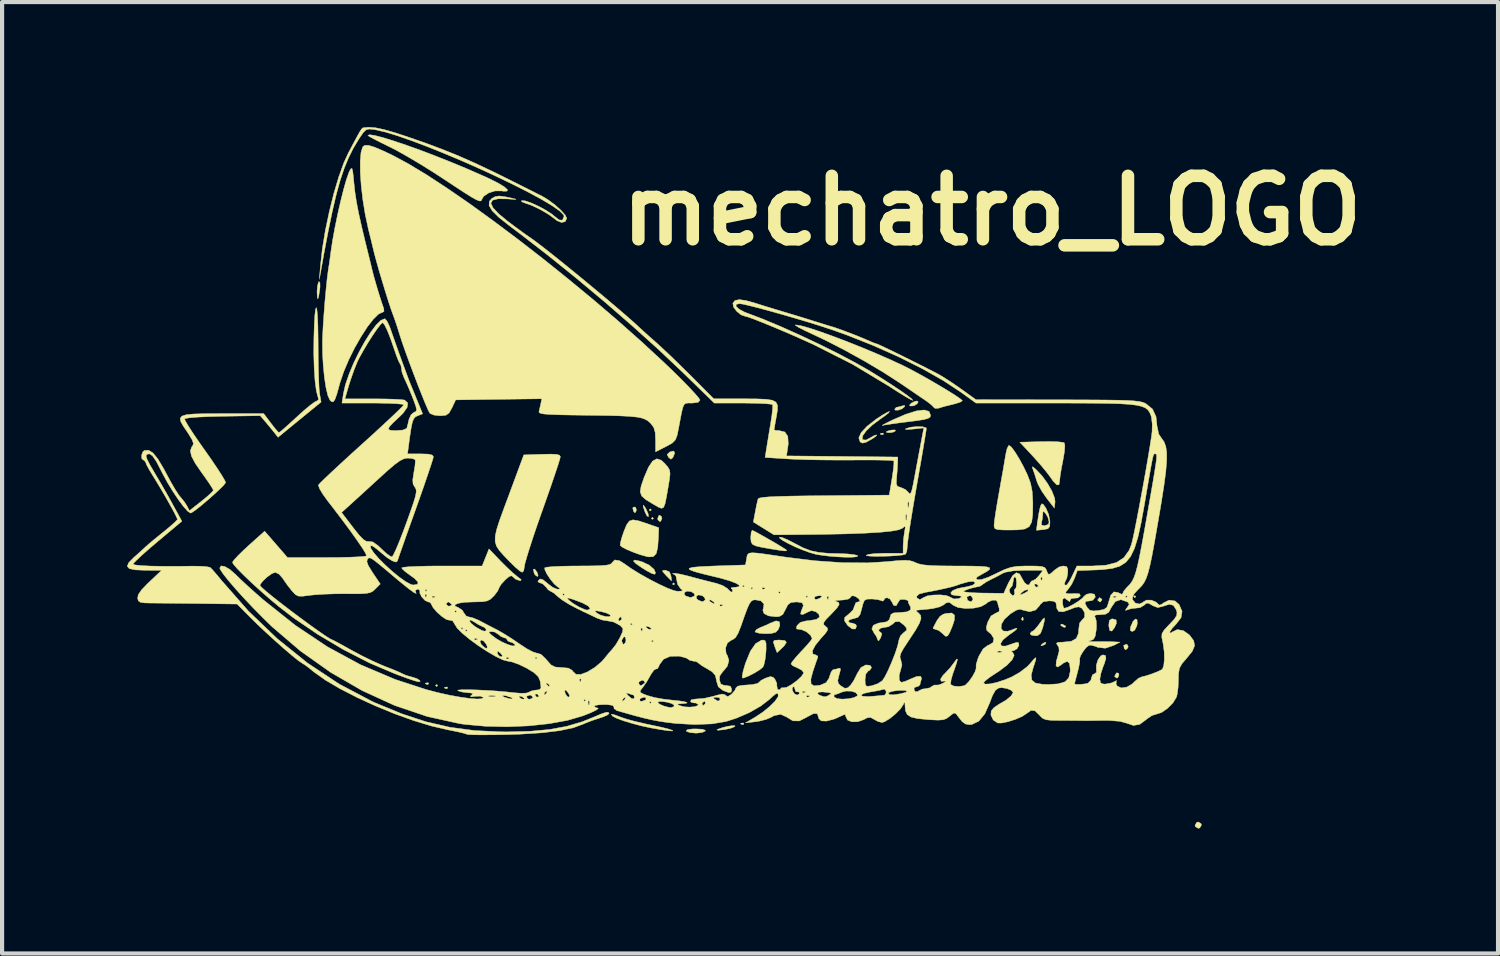
<source format=kicad_pcb>
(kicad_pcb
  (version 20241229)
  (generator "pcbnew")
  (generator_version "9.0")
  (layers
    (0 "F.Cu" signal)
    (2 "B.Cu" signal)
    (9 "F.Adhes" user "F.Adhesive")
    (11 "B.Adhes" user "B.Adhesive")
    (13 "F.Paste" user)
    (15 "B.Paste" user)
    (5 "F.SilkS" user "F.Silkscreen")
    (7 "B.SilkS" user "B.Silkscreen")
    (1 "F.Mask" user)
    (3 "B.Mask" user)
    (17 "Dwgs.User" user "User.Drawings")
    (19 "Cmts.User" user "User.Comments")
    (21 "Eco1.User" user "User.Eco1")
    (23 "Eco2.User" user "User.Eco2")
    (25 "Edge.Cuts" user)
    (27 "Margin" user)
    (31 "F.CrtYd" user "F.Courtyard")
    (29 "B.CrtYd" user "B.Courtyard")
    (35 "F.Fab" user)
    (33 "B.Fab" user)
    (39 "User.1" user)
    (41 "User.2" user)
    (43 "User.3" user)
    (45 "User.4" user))
  (footprint "mechatro_LOGO"
    (layer "F.Cu")
    (at 12.793 7.746)
    (property "Reference" "mechatro_LOGO" (at 7.976 -5.74 0) (layer "F.SilkS") (effects (font (size 1.524 1.524) (thickness 0.3))))
    (attr through_hole)
    (fp_poly (pts (xy -5.334 5.664) (xy -5.359 5.69) (xy -5.385 5.664) (xy -5.359 5.639) (xy -5.334 5.664)) (stroke (width 0.01) (type solid)) (fill yes) (layer "F.SilkS"))
    (fp_poly (pts (xy -0.203 1.448) (xy -0.229 1.473) (xy -0.254 1.448) (xy -0.229 1.422) (xy -0.203 1.448)) (stroke (width 0.01) (type solid)) (fill yes) (layer "F.SilkS"))
    (fp_poly (pts (xy -0.152 1.651) (xy -0.178 1.676) (xy -0.203 1.651) (xy -0.178 1.626) (xy -0.152 1.651)) (stroke (width 0.01) (type solid)) (fill yes) (layer "F.SilkS"))
    (fp_poly (pts (xy 0.356 3.226) (xy 0.33 3.251) (xy 0.305 3.226) (xy 0.33 3.2) (xy 0.356 3.226)) (stroke (width 0.01) (type solid)) (fill yes) (layer "F.SilkS"))
    (fp_poly (pts (xy 11.43 3.531) (xy 11.405 3.556) (xy 11.379 3.531) (xy 11.405 3.505) (xy 11.43 3.531)) (stroke (width 0.01) (type solid)) (fill yes) (layer "F.SilkS"))
    (fp_poly (pts (xy -5.554 5.605) (xy -5.561 5.635) (xy -5.588 5.639) (xy -5.63 5.62) (xy -5.622 5.605) (xy -5.562 5.599) (xy -5.554 5.605)) (stroke (width 0.01) (type solid)) (fill yes) (layer "F.SilkS"))
    (fp_poly (pts (xy -5.097 5.707) (xy -5.104 5.737) (xy -5.131 5.74) (xy -5.173 5.722) (xy -5.165 5.707) (xy -5.104 5.7) (xy -5.097 5.707)) (stroke (width 0.01) (type solid)) (fill yes) (layer "F.SilkS"))
    (fp_poly (pts (xy 2.015 6.57) (xy 2.008 6.6) (xy 1.981 6.604) (xy 1.939 6.585) (xy 1.947 6.57) (xy 2.008 6.564) (xy 2.015 6.57)) (stroke (width 0.01) (type solid)) (fill yes) (layer "F.SilkS"))
    (fp_poly (pts (xy 5.368 -0.389) (xy 5.361 -0.359) (xy 5.334 -0.356) (xy 5.292 -0.374) (xy 5.3 -0.389) (xy 5.36 -0.396) (xy 5.368 -0.389)) (stroke (width 0.01) (type solid)) (fill yes) (layer "F.SilkS"))
    (fp_poly (pts (xy 8.721 4.03) (xy 8.727 4.09) (xy 8.721 4.098) (xy 8.69 4.091) (xy 8.687 4.064) (xy 8.705 4.022) (xy 8.721 4.03)) (stroke (width 0.01) (type solid)) (fill yes) (layer "F.SilkS"))
    (fp_poly (pts (xy -2.949 2.942) (xy -2.922 3.022) (xy -2.939 3.048) (xy -2.995 3.007) (xy -3.018 2.965) (xy -3.036 2.875) (xy -3.005 2.867) (xy -2.949 2.942)) (stroke (width 0.01) (type solid)) (fill yes) (layer "F.SilkS"))
    (fp_poly (pts (xy -0.563 1.433) (xy -0.57 1.48) (xy -0.598 1.518) (xy -0.631 1.48) (xy -0.649 1.405) (xy -0.64 1.385) (xy -0.59 1.377) (xy -0.563 1.433)) (stroke (width 0.01) (type solid)) (fill yes) (layer "F.SilkS"))
    (fp_poly (pts (xy 9.272 4.633) (xy 9.257 4.67) (xy 9.21 4.696) (xy 9.15 4.711) (xy 9.175 4.674) (xy 9.181 4.667) (xy 9.248 4.627) (xy 9.272 4.633)) (stroke (width 0.01) (type solid)) (fill yes) (layer "F.SilkS"))
    (fp_poly (pts (xy 9.675 4.197) (xy 9.746 4.238) (xy 9.734 4.265) (xy 9.706 4.267) (xy 9.637 4.23) (xy 9.627 4.217) (xy 9.635 4.188) (xy 9.675 4.197)) (stroke (width 0.01) (type solid)) (fill yes) (layer "F.SilkS"))
    (fp_poly (pts (xy 11.222 4.681) (xy 11.247 4.731) (xy 11.232 4.768) (xy 11.184 4.808) (xy 11.152 4.777) (xy 11.139 4.7) (xy 11.198 4.675) (xy 11.222 4.681)) (stroke (width 0.01) (type solid)) (fill yes) (layer "F.SilkS"))
    (fp_poly (pts (xy 0.045 1.616) (xy 0.051 1.651) (xy 0.023 1.719) (xy 0 1.727) (xy -0.045 1.686) (xy -0.051 1.651) (xy -0.023 1.583) (xy 0 1.575) (xy 0.045 1.616)) (stroke (width 0.01) (type solid)) (fill yes) (layer "F.SilkS"))
    (fp_poly (pts (xy 5.66 -0.45) (xy 5.604 -0.42) (xy 5.515 -0.406) (xy 5.447 -0.413) (xy 5.436 -0.426) (xy 5.479 -0.449) (xy 5.561 -0.469) (xy 5.645 -0.473) (xy 5.66 -0.45)) (stroke (width 0.01) (type solid)) (fill yes) (layer "F.SilkS"))
    (fp_poly (pts (xy 10.616 3.595) (xy 10.617 3.607) (xy 10.579 3.656) (xy 10.566 3.658) (xy 10.517 3.619) (xy 10.516 3.607) (xy 10.554 3.557) (xy 10.566 3.556) (xy 10.616 3.595)) (stroke (width 0.01) (type solid)) (fill yes) (layer "F.SilkS"))
    (fp_poly (pts (xy 11.016 5.371) (xy 11.024 5.407) (xy 10.997 5.477) (xy 10.973 5.486) (xy 10.923 5.45) (xy 10.922 5.439) (xy 10.959 5.37) (xy 10.973 5.359) (xy 11.016 5.371)) (stroke (width 0.01) (type solid)) (fill yes) (layer "F.SilkS"))
    (fp_poly (pts (xy 12.996 8.981) (xy 13.005 9.017) (xy 12.964 9.084) (xy 12.929 9.093) (xy 12.861 9.053) (xy 12.852 9.017) (xy 12.893 8.95) (xy 12.929 8.941) (xy 12.996 8.981)) (stroke (width 0.01) (type solid)) (fill yes) (layer "F.SilkS"))
    (fp_poly (pts (xy 0.358 0.084) (xy 0.314 0.19) (xy 0.312 0.193) (xy 0.266 0.231) (xy 0.208 0.184) (xy 0.177 0.117) (xy 0.231 0.064) (xy 0.251 0.053) (xy 0.335 0.033) (xy 0.358 0.084)) (stroke (width 0.01) (type solid)) (fill yes) (layer "F.SilkS"))
    (fp_poly (pts (xy 6.205 -1.145) (xy 6.174 -1.096) (xy 6.105 -1.055) (xy 6.096 -1.052) (xy 6.015 -1.047) (xy 5.994 -1.066) (xy 6.035 -1.113) (xy 6.119 -1.157) (xy 6.176 -1.168) (xy 6.205 -1.145)) (stroke (width 0.01) (type solid)) (fill yes) (layer "F.SilkS"))
    (fp_poly (pts (xy 11.46 4.085) (xy 11.464 4.181) (xy 11.452 4.236) (xy 11.404 4.334) (xy 11.345 4.369) (xy 11.295 4.34) (xy 11.305 4.255) (xy 11.362 4.124) (xy 11.42 4.067) (xy 11.46 4.085)) (stroke (width 0.01) (type solid)) (fill yes) (layer "F.SilkS"))
    (fp_poly (pts (xy -0.36 1.377) (xy -0.324 1.44) (xy -0.278 1.546) (xy -0.273 1.61) (xy -0.274 1.612) (xy -0.309 1.591) (xy -0.354 1.503) (xy -0.354 1.502) (xy -0.397 1.375) (xy -0.398 1.332) (xy -0.36 1.377)) (stroke (width 0.01) (type solid)) (fill yes) (layer "F.SilkS"))
    (fp_poly (pts (xy 3.004 4.584) (xy 3.04 4.628) (xy 2.986 4.712) (xy 2.932 4.765) (xy 2.815 4.874) (xy 2.758 4.723) (xy 2.726 4.621) (xy 2.749 4.58) (xy 2.849 4.572) (xy 2.875 4.572) (xy 3.004 4.584)) (stroke (width 0.01) (type solid)) (fill yes) (layer "F.SilkS"))
    (fp_poly (pts (xy 5.877 -1.031) (xy 5.813 -0.979) (xy 5.725 -0.948) (xy 5.654 -0.949) (xy 5.639 -0.97) (xy 5.677 -1.015) (xy 5.685 -1.016) (xy 5.769 -1.033) (xy 5.821 -1.05) (xy 5.881 -1.059) (xy 5.877 -1.031)) (stroke (width 0.01) (type solid)) (fill yes) (layer "F.SilkS"))
    (fp_poly (pts (xy 10.957 4.09) (xy 10.963 4.173) (xy 10.92 4.271) (xy 10.854 4.357) (xy 10.805 4.346) (xy 10.782 4.238) (xy 10.781 4.216) (xy 10.793 4.105) (xy 10.849 4.066) (xy 10.875 4.064) (xy 10.957 4.09)) (stroke (width 0.01) (type solid)) (fill yes) (layer "F.SilkS"))
    (fp_poly (pts (xy -8.161 -4.01) (xy -8.159 -3.907) (xy -8.165 -3.848) (xy -8.19 -3.685) (xy -8.21 -3.62) (xy -8.224 -3.653) (xy -8.23 -3.785) (xy -8.23 -3.799) (xy -8.219 -3.936) (xy -8.194 -4.024) (xy -8.184 -4.036) (xy -8.161 -4.01)) (stroke (width 0.01) (type solid)) (fill yes) (layer "F.SilkS"))
    (fp_poly (pts (xy 0.231 2.936) (xy 0.266 3.023) (xy 0.281 3.117) (xy 0.281 3.15) (xy 0.244 3.117) (xy 0.165 3.036) (xy 0.152 3.023) (xy 0.076 2.937) (xy 0.068 2.903) (xy 0.125 2.896) (xy 0.138 2.896) (xy 0.231 2.936)) (stroke (width 0.01) (type solid)) (fill yes) (layer "F.SilkS"))
    (fp_poly (pts (xy 1.806 6.632) (xy 1.802 6.649) (xy 1.724 6.683) (xy 1.588 6.716) (xy 1.524 6.726) (xy 1.401 6.738) (xy 1.37 6.729) (xy 1.397 6.713) (xy 1.516 6.672) (xy 1.643 6.642) (xy 1.749 6.627) (xy 1.806 6.632)) (stroke (width 0.01) (type solid)) (fill yes) (layer "F.SilkS"))
    (fp_poly (pts (xy -0.487 2.675) (xy -0.423 2.695) (xy -0.252 2.775) (xy -0.138 2.876) (xy -0.103 2.959) (xy -0.12 2.992) (xy -0.183 2.978) (xy -0.306 2.913) (xy -0.424 2.841) (xy -0.574 2.737) (xy -0.634 2.674) (xy -0.605 2.652) (xy -0.487 2.675)) (stroke (width 0.01) (type solid)) (fill yes) (layer "F.SilkS"))
    (fp_poly (pts (xy 1.018 6.714) (xy 1.091 6.739) (xy 1.092 6.756) (xy 1.025 6.789) (xy 0.899 6.806) (xy 0.864 6.807) (xy 0.729 6.795) (xy 0.644 6.766) (xy 0.635 6.756) (xy 0.66 6.725) (xy 0.774 6.708) (xy 0.864 6.706) (xy 1.018 6.714)) (stroke (width 0.01) (type solid)) (fill yes) (layer "F.SilkS"))
    (fp_poly (pts (xy 2.872 4.134) (xy 2.882 4.223) (xy 2.843 4.321) (xy 2.784 4.384) (xy 2.678 4.414) (xy 2.538 4.42) (xy 2.394 4.41) (xy 2.303 4.386) (xy 2.286 4.368) (xy 2.329 4.315) (xy 2.426 4.266) (xy 2.562 4.211) (xy 2.654 4.166) (xy 2.792 4.112) (xy 2.872 4.134)) (stroke (width 0.01) (type solid)) (fill yes) (layer "F.SilkS"))
    (fp_poly (pts (xy 9.236 4.104) (xy 9.198 4.258) (xy 9.192 4.28) (xy 9.143 4.409) (xy 9.077 4.463) (xy 9.015 4.47) (xy 8.92 4.453) (xy 8.89 4.42) (xy 8.927 4.37) (xy 8.939 4.369) (xy 8.995 4.33) (xy 9.078 4.233) (xy 9.117 4.179) (xy 9.198 4.069) (xy 9.236 4.042) (xy 9.236 4.104)) (stroke (width 0.01) (type solid)) (fill yes) (layer "F.SilkS"))
    (fp_poly (pts (xy 8.962 0.417) (xy 9.032 0.476) (xy 9.175 0.627) (xy 9.309 0.811) (xy 9.416 0.999) (xy 9.48 1.164) (xy 9.491 1.254) (xy 9.474 1.403) (xy 9.288 1.165) (xy 9.175 1.002) (xy 9.086 0.84) (xy 9.052 0.756) (xy 9.006 0.606) (xy 8.964 0.485) (xy 8.963 0.483) (xy 8.94 0.415) (xy 8.962 0.417)) (stroke (width 0.01) (type solid)) (fill yes) (layer "F.SilkS"))
    (fp_poly (pts (xy 7.076 3.973) (xy 7.073 4.091) (xy 7.031 4.222) (xy 6.962 4.389) (xy 6.911 4.473) (xy 6.863 4.483) (xy 6.806 4.433) (xy 6.793 4.419) (xy 6.698 4.342) (xy 6.626 4.318) (xy 6.565 4.299) (xy 6.563 4.28) (xy 6.652 4.109) (xy 6.724 4.008) (xy 6.798 3.956) (xy 6.87 3.934) (xy 7.009 3.923) (xy 7.076 3.973)) (stroke (width 0.01) (type solid)) (fill yes) (layer "F.SilkS"))
    (fp_poly (pts (xy 6.464 -0.917) (xy 6.502 -0.825) (xy 6.49 -0.782) (xy 6.44 -0.749) (xy 6.336 -0.721) (xy 6.161 -0.694) (xy 5.969 -0.67) (xy 5.739 -0.641) (xy 5.54 -0.613) (xy 5.398 -0.591) (xy 5.347 -0.58) (xy 5.344 -0.586) (xy 5.419 -0.627) (xy 5.554 -0.695) (xy 5.587 -0.711) (xy 5.905 -0.849) (xy 6.161 -0.929) (xy 6.349 -0.952) (xy 6.464 -0.917)) (stroke (width 0.01) (type solid)) (fill yes) (layer "F.SilkS"))
    (fp_poly (pts (xy -0.512 1.709) (xy -0.306 1.777) (xy -0.305 1.777) (xy -0.025 1.875) (xy -0.034 2.112) (xy -0.05 2.347) (xy -0.085 2.496) (xy -0.157 2.57) (xy -0.279 2.576) (xy -0.469 2.524) (xy -0.633 2.465) (xy -0.792 2.399) (xy -0.908 2.338) (xy -0.952 2.3) (xy -0.944 2.228) (xy -0.907 2.094) (xy -0.862 1.963) (xy -0.797 1.805) (xy -0.733 1.716) (xy -0.646 1.686) (xy -0.512 1.709)) (stroke (width 0.01) (type solid)) (fill yes) (layer "F.SilkS"))
    (fp_poly (pts (xy 2.529 4.588) (xy 2.551 4.651) (xy 2.552 4.783) (xy 2.548 4.864) (xy 2.529 5.036) (xy 2.499 5.171) (xy 2.475 5.223) (xy 2.395 5.288) (xy 2.266 5.367) (xy 2.127 5.438) (xy 2.015 5.482) (xy 1.986 5.486) (xy 1.978 5.443) (xy 1.999 5.326) (xy 2.047 5.161) (xy 2.061 5.118) (xy 2.176 4.838) (xy 2.301 4.658) (xy 2.437 4.577) (xy 2.482 4.572) (xy 2.529 4.588)) (stroke (width 0.01) (type solid)) (fill yes) (layer "F.SilkS"))
    (fp_poly (pts (xy -1.101 6.363) (xy -0.953 6.418) (xy -0.931 6.427) (xy -0.801 6.47) (xy -0.604 6.524) (xy -0.371 6.579) (xy -0.235 6.608) (xy 0.041 6.667) (xy 0.223 6.713) (xy 0.31 6.744) (xy 0.303 6.756) (xy 0.2 6.749) (xy 0.000258 6.72) (xy -0.203 6.684) (xy -0.433 6.635) (xy -0.667 6.573) (xy -0.88 6.508) (xy -1.046 6.446) (xy -1.139 6.396) (xy -1.14 6.395) (xy -1.165 6.355) (xy -1.101 6.363)) (stroke (width 0.01) (type solid)) (fill yes) (layer "F.SilkS"))
    (fp_poly (pts (xy 2.224 1.939) (xy 2.31 1.982) (xy 2.447 2.057) (xy 2.609 2.149) (xy 2.774 2.244) (xy 2.917 2.33) (xy 3.016 2.392) (xy 3.048 2.417) (xy 3.035 2.43) (xy 2.981 2.431) (xy 2.868 2.416) (xy 2.675 2.385) (xy 2.668 2.384) (xy 2.445 2.345) (xy 2.304 2.312) (xy 2.226 2.274) (xy 2.193 2.219) (xy 2.185 2.137) (xy 2.184 2.103) (xy 2.194 1.989) (xy 2.217 1.938) (xy 2.224 1.939)) (stroke (width 0.01) (type solid)) (fill yes) (layer "F.SilkS"))
    (fp_poly (pts (xy 9.559 -0.188) (xy 9.68 -0.174) (xy 9.713 -0.162) (xy 9.726 -0.091) (xy 9.715 0.054) (xy 9.682 0.249) (xy 9.68 0.259) (xy 9.641 0.458) (xy 9.613 0.631) (xy 9.601 0.743) (xy 9.601 0.749) (xy 9.584 0.845) (xy 9.531 0.846) (xy 9.442 0.752) (xy 9.387 0.673) (xy 9.292 0.546) (xy 9.153 0.377) (xy 8.995 0.198) (xy 8.953 0.152) (xy 8.645 -0.178) (xy 9.157 -0.192) (xy 9.377 -0.194) (xy 9.559 -0.188)) (stroke (width 0.01) (type solid)) (fill yes) (layer "F.SilkS"))
    (fp_poly (pts (xy 0.036 0.256) (xy 0.122 0.336) (xy 0.195 0.423) (xy 0.235 0.494) (xy 0.246 0.581) (xy 0.232 0.711) (xy 0.202 0.892) (xy 0.159 1.139) (xy 0.126 1.299) (xy 0.092 1.385) (xy 0.045 1.41) (xy -0.024 1.386) (xy -0.127 1.328) (xy -0.152 1.313) (xy -0.332 1.204) (xy -0.435 1.114) (xy -0.471 1.014) (xy -0.449 0.877) (xy -0.38 0.675) (xy -0.376 0.665) (xy -0.271 0.421) (xy -0.172 0.274) (xy -0.071 0.22) (xy 0.036 0.256)) (stroke (width 0.01) (type solid)) (fill yes) (layer "F.SilkS"))
    (fp_poly (pts (xy 5.493 -0.882) (xy 5.399 -0.808) (xy 5.301 -0.739) (xy 5.104 -0.592) (xy 4.958 -0.453) (xy 4.873 -0.335) (xy 4.862 -0.252) (xy 4.871 -0.239) (xy 4.949 -0.229) (xy 5.036 -0.274) (xy 5.14 -0.334) (xy 5.206 -0.355) (xy 5.202 -0.333) (xy 5.128 -0.277) (xy 5.091 -0.254) (xy 4.953 -0.177) (xy 4.869 -0.156) (xy 4.813 -0.183) (xy 4.809 -0.186) (xy 4.778 -0.282) (xy 4.835 -0.409) (xy 4.977 -0.561) (xy 5.198 -0.733) (xy 5.345 -0.829) (xy 5.469 -0.9) (xy 5.517 -0.916) (xy 5.493 -0.882)) (stroke (width 0.01) (type solid)) (fill yes) (layer "F.SilkS"))
    (fp_poly (pts (xy 2.945 2.113) (xy 3.073 2.167) (xy 3.234 2.251) (xy 3.236 2.252) (xy 3.436 2.356) (xy 3.618 2.426) (xy 3.812 2.468) (xy 4.05 2.49) (xy 4.313 2.497) (xy 4.509 2.505) (xy 4.662 2.522) (xy 4.748 2.544) (xy 4.756 2.55) (xy 4.727 2.572) (xy 4.619 2.583) (xy 4.454 2.583) (xy 4.256 2.574) (xy 4.045 2.556) (xy 3.846 2.53) (xy 3.744 2.512) (xy 3.602 2.472) (xy 3.432 2.41) (xy 3.253 2.335) (xy 3.088 2.256) (xy 2.956 2.184) (xy 2.879 2.128) (xy 2.875 2.099) (xy 2.945 2.113)) (stroke (width 0.01) (type solid)) (fill yes) (layer "F.SilkS"))
    (fp_poly (pts (xy 9.209 1.317) (xy 9.269 1.402) (xy 9.337 1.556) (xy 9.368 1.725) (xy 9.362 1.846) (xy 9.319 1.9) (xy 9.211 1.921) (xy 9.208 1.921) (xy 9.043 1.937) (xy 9.068 1.748) (xy 9.164 1.748) (xy 9.168 1.813) (xy 9.24 1.829) (xy 9.33 1.795) (xy 9.347 1.737) (xy 9.318 1.624) (xy 9.273 1.546) (xy 9.217 1.479) (xy 9.199 1.497) (xy 9.196 1.558) (xy 9.181 1.687) (xy 9.164 1.748) (xy 9.068 1.748) (xy 9.076 1.692) (xy 9.102 1.526) (xy 9.131 1.391) (xy 9.142 1.353) (xy 9.171 1.299) (xy 9.209 1.317)) (stroke (width 0.01) (type solid)) (fill yes) (layer "F.SilkS"))
    (fp_poly (pts (xy 8.443 -0.059) (xy 8.529 0.057) (xy 8.633 0.225) (xy 8.741 0.426) (xy 8.828 0.608) (xy 8.901 0.802) (xy 8.941 1) (xy 8.956 1.244) (xy 8.957 1.295) (xy 8.953 1.559) (xy 8.93 1.737) (xy 8.872 1.847) (xy 8.767 1.905) (xy 8.6 1.927) (xy 8.431 1.93) (xy 8.23 1.929) (xy 8.11 1.92) (xy 8.049 1.898) (xy 8.029 1.856) (xy 8.026 1.812) (xy 8.035 1.719) (xy 8.059 1.549) (xy 8.095 1.324) (xy 8.14 1.067) (xy 8.15 1.012) (xy 8.198 0.739) (xy 8.244 0.483) (xy 8.28 0.27) (xy 8.304 0.127) (xy 8.306 0.114) (xy 8.336 -0.017) (xy 8.372 -0.094) (xy 8.386 -0.102) (xy 8.443 -0.059)) (stroke (width 0.01) (type solid)) (fill yes) (layer "F.SilkS"))
    (fp_poly (pts (xy -2.475 0.115) (xy -2.407 0.135) (xy -2.388 0.17) (xy -2.388 0.171) (xy -2.404 0.238) (xy -2.45 0.386) (xy -2.522 0.602) (xy -2.614 0.873) (xy -2.723 1.184) (xy -2.819 1.456) (xy -2.938 1.794) (xy -3.044 2.107) (xy -3.133 2.38) (xy -3.2 2.599) (xy -3.241 2.748) (xy -3.251 2.807) (xy -3.268 2.908) (xy -3.305 2.946) (xy -3.364 2.912) (xy -3.47 2.822) (xy -3.601 2.694) (xy -3.615 2.68) (xy -3.752 2.537) (xy -3.854 2.421) (xy -3.922 2.317) (xy -3.954 2.208) (xy -3.952 2.078) (xy -3.916 1.913) (xy -3.846 1.695) (xy -3.742 1.409) (xy -3.639 1.133) (xy -3.266 0.127) (xy -2.827 0.112) (xy -2.609 0.108) (xy -2.475 0.115)) (stroke (width 0.01) (type solid)) (fill yes) (layer "F.SilkS"))
    (fp_poly (pts (xy -6.839 -7.542) (xy -6.643 -7.491) (xy -6.388 -7.412) (xy -6.086 -7.31) (xy -5.749 -7.189) (xy -5.389 -7.052) (xy -5.017 -6.904) (xy -4.645 -6.75) (xy -4.284 -6.592) (xy -4.102 -6.51) (xy -3.888 -6.403) (xy -3.739 -6.313) (xy -3.662 -6.246) (xy -3.663 -6.208) (xy -3.748 -6.204) (xy -3.797 -6.212) (xy -3.955 -6.212) (xy -4.111 -6.163) (xy -4.23 -6.083) (xy -4.276 -6.002) (xy -4.291 -5.973) (xy -4.33 -5.97) (xy -4.404 -5.999) (xy -4.523 -6.065) (xy -4.697 -6.174) (xy -4.938 -6.332) (xy -5.131 -6.46) (xy -5.432 -6.656) (xy -5.746 -6.852) (xy -6.048 -7.031) (xy -6.314 -7.181) (xy -6.49 -7.271) (xy -6.696 -7.372) (xy -6.864 -7.458) (xy -6.975 -7.519) (xy -7.01 -7.544) (xy -6.966 -7.561) (xy -6.839 -7.542)) (stroke (width 0.01) (type solid)) (fill yes) (layer "F.SilkS"))
    (fp_poly (pts (xy 3.38 -2.977) (xy 3.579 -2.922) (xy 3.841 -2.836) (xy 4.15 -2.725) (xy 4.491 -2.596) (xy 4.849 -2.453) (xy 5.21 -2.302) (xy 5.557 -2.15) (xy 5.84 -2.018) (xy 6.019 -1.928) (xy 6.232 -1.813) (xy 6.462 -1.684) (xy 6.692 -1.55) (xy 6.904 -1.423) (xy 7.081 -1.312) (xy 7.206 -1.227) (xy 7.263 -1.179) (xy 7.264 -1.175) (xy 7.22 -1.143) (xy 7.105 -1.105) (xy 7.023 -1.084) (xy 6.862 -1.045) (xy 6.733 -1.008) (xy 6.698 -0.995) (xy 6.611 -0.99) (xy 6.58 -1.014) (xy 6.517 -1.078) (xy 6.407 -1.163) (xy 6.378 -1.183) (xy 6.265 -1.259) (xy 6.095 -1.375) (xy 5.895 -1.512) (xy 5.76 -1.603) (xy 5.366 -1.858) (xy 4.912 -2.127) (xy 4.433 -2.392) (xy 3.963 -2.633) (xy 3.658 -2.777) (xy 3.469 -2.866) (xy 3.331 -2.937) (xy 3.258 -2.983) (xy 3.258 -2.996) (xy 3.38 -2.977)) (stroke (width 0.01) (type solid)) (fill yes) (layer "F.SilkS"))
    (fp_poly (pts (xy -7.391 -6.749) (xy -7.373 -6.68) (xy -7.356 -6.53) (xy -7.346 -6.42) (xy -7.321 -6.189) (xy -7.284 -5.949) (xy -7.232 -5.678) (xy -7.16 -5.355) (xy -7.065 -4.958) (xy -7.051 -4.902) (xy -6.997 -4.685) (xy -6.948 -4.484) (xy -6.912 -4.335) (xy -6.908 -4.318) (xy -6.87 -4.168) (xy -6.813 -3.968) (xy -6.749 -3.753) (xy -6.687 -3.558) (xy -6.639 -3.417) (xy -6.629 -3.391) (xy -6.623 -3.316) (xy -6.651 -3.302) (xy -6.751 -3.257) (xy -6.878 -3.133) (xy -7.023 -2.946) (xy -7.175 -2.71) (xy -7.327 -2.443) (xy -7.468 -2.159) (xy -7.589 -1.874) (xy -7.68 -1.604) (xy -7.695 -1.549) (xy -7.755 -1.332) (xy -7.802 -1.202) (xy -7.843 -1.147) (xy -7.887 -1.155) (xy -7.922 -1.19) (xy -7.97 -1.297) (xy -8.015 -1.484) (xy -8.053 -1.73) (xy -8.081 -2.013) (xy -8.098 -2.311) (xy -8.101 -2.603) (xy -8.098 -2.694) (xy -8.085 -2.954) (xy -8.065 -3.25) (xy -8.041 -3.558) (xy -8.014 -3.851) (xy -7.988 -4.105) (xy -7.964 -4.292) (xy -7.956 -4.343) (xy -7.939 -4.45) (xy -7.916 -4.614) (xy -7.902 -4.724) (xy -7.861 -5) (xy -7.805 -5.311) (xy -7.738 -5.637) (xy -7.666 -5.955) (xy -7.593 -6.246) (xy -7.525 -6.486) (xy -7.465 -6.656) (xy -7.446 -6.697) (xy -7.413 -6.75) (xy -7.391 -6.749)) (stroke (width 0.01) (type solid)) (fill yes) (layer "F.SilkS"))
    (fp_poly (pts (xy -6.825 -7.728) (xy -6.623 -7.685) (xy -6.361 -7.61) (xy -6.071 -7.515) (xy -5.624 -7.36) (xy -5.225 -7.211) (xy -4.847 -7.059) (xy -4.464 -6.89) (xy -4.049 -6.695) (xy -3.574 -6.461) (xy -3.531 -6.439) (xy -3.302 -6.324) (xy -3.087 -6.216) (xy -2.913 -6.128) (xy -2.83 -6.087) (xy -2.673 -5.992) (xy -2.512 -5.872) (xy -2.371 -5.744) (xy -2.271 -5.631) (xy -2.235 -5.555) (xy -2.272 -5.474) (xy -2.361 -5.454) (xy -2.472 -5.499) (xy -2.504 -5.526) (xy -2.66 -5.642) (xy -2.866 -5.764) (xy -3.078 -5.865) (xy -3.226 -5.917) (xy -3.312 -5.95) (xy -3.321 -5.977) (xy -3.315 -5.979) (xy -3.228 -5.972) (xy -3.084 -5.922) (xy -2.911 -5.843) (xy -2.737 -5.749) (xy -2.59 -5.653) (xy -2.527 -5.601) (xy -2.419 -5.516) (xy -2.349 -5.509) (xy -2.331 -5.523) (xy -2.299 -5.602) (xy -2.308 -5.634) (xy -2.403 -5.73) (xy -2.581 -5.855) (xy -2.83 -6.004) (xy -3.139 -6.172) (xy -3.495 -6.353) (xy -3.886 -6.542) (xy -4.3 -6.734) (xy -4.725 -6.922) (xy -5.149 -7.101) (xy -5.56 -7.267) (xy -5.945 -7.413) (xy -6.294 -7.535) (xy -6.593 -7.626) (xy -6.831 -7.681) (xy -6.871 -7.688) (xy -6.977 -7.698) (xy -7.051 -7.68) (xy -7.12 -7.615) (xy -7.209 -7.486) (xy -7.239 -7.438) (xy -7.364 -7.229) (xy -7.475 -7.005) (xy -7.578 -6.755) (xy -7.674 -6.469) (xy -7.767 -6.134) (xy -7.86 -5.738) (xy -7.957 -5.272) (xy -8.062 -4.722) (xy -8.125 -4.369) (xy -8.175 -4.089) (xy -8.148 -4.42) (xy -8.103 -4.824) (xy -8.031 -5.262) (xy -7.937 -5.71) (xy -7.829 -6.145) (xy -7.71 -6.544) (xy -7.588 -6.884) (xy -7.486 -7.108) (xy -7.356 -7.355) (xy -7.264 -7.525) (xy -7.203 -7.634) (xy -7.164 -7.695) (xy -7.138 -7.721) (xy -7.122 -7.728) (xy -6.986 -7.741) (xy -6.825 -7.728)) (stroke (width 0.01) (type solid)) (fill yes) (layer "F.SilkS"))
    (fp_poly (pts (xy -6.994 -7.306) (xy -6.852 -7.263) (xy -6.645 -7.175) (xy -6.419 -7.068) (xy -6.041 -6.865) (xy -5.6 -6.599) (xy -5.107 -6.277) (xy -4.57 -5.907) (xy -4.001 -5.495) (xy -3.408 -5.051) (xy -2.801 -4.58) (xy -2.192 -4.091) (xy -1.588 -3.592) (xy -1 -3.089) (xy -0.439 -2.591) (xy 0.087 -2.105) (xy 0.316 -1.886) (xy 0.526 -1.679) (xy 0.707 -1.493) (xy 0.849 -1.34) (xy 0.939 -1.233) (xy 0.965 -1.188) (xy 0.921 -1.136) (xy 0.785 -1.118) (xy 0.766 -1.118) (xy 0.681 -1.119) (xy 0.622 -1.111) (xy 0.581 -1.079) (xy 0.55 -1.005) (xy 0.519 -0.873) (xy 0.48 -0.668) (xy 0.452 -0.518) (xy 0.416 -0.342) (xy 0.374 -0.234) (xy 0.305 -0.162) (xy 0.187 -0.094) (xy 0.145 -0.073) (xy -0.102 0.053) (xy -0.102 -0.23) (xy -0.111 -0.413) (xy -0.146 -0.534) (xy -0.219 -0.63) (xy -0.223 -0.634) (xy -0.282 -0.687) (xy -0.35 -0.728) (xy -0.44 -0.759) (xy -0.564 -0.783) (xy -0.734 -0.799) (xy -0.965 -0.811) (xy -1.267 -0.819) (xy -1.654 -0.824) (xy -1.803 -0.826) (xy -2.172 -0.831) (xy -2.45 -0.837) (xy -2.651 -0.845) (xy -2.784 -0.856) (xy -2.862 -0.871) (xy -2.898 -0.891) (xy -2.901 -0.914) (xy -2.875 -1.026) (xy -2.857 -1.106) (xy -2.833 -1.221) (xy -3.867 -1.208) (xy -4.901 -1.194) (xy -4.991 -1.003) (xy -5.06 -0.88) (xy -5.136 -0.826) (xy -5.262 -0.813) (xy -5.277 -0.813) (xy -5.417 -0.828) (xy -5.513 -0.866) (xy -5.524 -0.876) (xy -5.563 -0.95) (xy -5.629 -1.102) (xy -5.714 -1.312) (xy -5.813 -1.562) (xy -5.917 -1.835) (xy -6.02 -2.11) (xy -6.115 -2.371) (xy -6.194 -2.599) (xy -6.249 -2.769) (xy -6.31 -2.964) (xy -6.368 -3.137) (xy -6.41 -3.25) (xy -6.41 -3.251) (xy -6.452 -3.366) (xy -6.514 -3.553) (xy -6.588 -3.789) (xy -6.666 -4.046) (xy -6.742 -4.301) (xy -6.806 -4.529) (xy -6.853 -4.703) (xy -6.858 -4.724) (xy -6.891 -4.86) (xy -6.938 -5.055) (xy -6.992 -5.272) (xy -7.001 -5.309) (xy -7.073 -5.646) (xy -7.13 -5.995) (xy -7.17 -6.338) (xy -7.192 -6.655) (xy -7.193 -6.928) (xy -7.174 -7.14) (xy -7.133 -7.271) (xy -7.084 -7.307) (xy -6.994 -7.306)) (stroke (width 0.01) (type solid)) (fill yes) (layer "F.SilkS"))
    (fp_poly (pts (xy -3.711 -6.071) (xy -3.581 -6.044) (xy -3.475 -6.019) (xy -3.453 -6.008) (xy -3.519 -6.01) (xy -3.658 -6.02) (xy -3.883 -6.023) (xy -4.016 -5.989) (xy -4.057 -5.917) (xy -4.004 -5.805) (xy -3.86 -5.653) (xy -3.651 -5.482) (xy -3.462 -5.34) (xy -3.279 -5.206) (xy -3.134 -5.104) (xy -3.105 -5.085) (xy -2.972 -4.989) (xy -2.775 -4.838) (xy -2.529 -4.644) (xy -2.248 -4.418) (xy -1.945 -4.171) (xy -1.635 -3.915) (xy -1.331 -3.662) (xy -1.047 -3.422) (xy -0.798 -3.208) (xy -0.596 -3.03) (xy -0.456 -2.9) (xy -0.453 -2.898) (xy -0.376 -2.827) (xy -0.249 -2.712) (xy -0.097 -2.579) (xy -0.082 -2.565) (xy 0.062 -2.434) (xy 0.255 -2.253) (xy 0.473 -2.041) (xy 0.695 -1.822) (xy 0.752 -1.766) (xy 1.295 -1.22) (xy 2.013 -1.22) (xy 2.327 -1.218) (xy 2.553 -1.209) (xy 2.703 -1.185) (xy 2.789 -1.139) (xy 2.826 -1.063) (xy 2.825 -0.952) (xy 2.8 -0.797) (xy 2.797 -0.782) (xy 2.768 -0.622) (xy 2.749 -0.51) (xy 2.743 -0.473) (xy 2.787 -0.461) (xy 2.864 -0.457) (xy 3.002 -0.423) (xy 3.074 -0.318) (xy 3.084 -0.136) (xy 3.076 -0.078) (xy 3.042 0.151) (xy 4.379 0.164) (xy 5.715 0.178) (xy 5.711 0.33) (xy 5.702 0.486) (xy 5.687 0.665) (xy 5.685 0.686) (xy 5.679 0.818) (xy 5.704 0.881) (xy 5.774 0.905) (xy 5.778 0.905) (xy 5.898 0.959) (xy 5.962 1.021) (xy 5.996 1.059) (xy 6.024 1.05) (xy 6.051 0.981) (xy 6.083 0.837) (xy 6.119 0.65) (xy 6.167 0.388) (xy 6.218 0.115) (xy 6.263 -0.122) (xy 6.272 -0.172) (xy 6.339 -0.521) (xy 6.078 -0.493) (xy 5.94 -0.483) (xy 5.893 -0.491) (xy 5.918 -0.508) (xy 6.037 -0.54) (xy 6.178 -0.553) (xy 6.307 -0.549) (xy 6.389 -0.526) (xy 6.401 -0.507) (xy 6.392 -0.445) (xy 6.368 -0.297) (xy 6.331 -0.076) (xy 6.284 0.203) (xy 6.227 0.527) (xy 6.172 0.841) (xy 6.11 1.201) (xy 6.054 1.536) (xy 6.007 1.831) (xy 5.972 2.069) (xy 5.95 2.237) (xy 5.944 2.31) (xy 5.932 2.435) (xy 5.903 2.508) (xy 5.899 2.511) (xy 5.826 2.53) (xy 5.689 2.545) (xy 5.515 2.556) (xy 5.33 2.561) (xy 5.158 2.562) (xy 5.025 2.556) (xy 4.958 2.543) (xy 4.956 2.536) (xy 5.016 2.514) (xy 5.153 2.498) (xy 5.34 2.49) (xy 5.413 2.489) (xy 5.842 2.489) (xy 5.842 2.318) (xy 5.853 2.138) (xy 5.876 1.975) (xy 5.895 1.866) (xy 5.882 1.84) (xy 5.83 1.884) (xy 5.829 1.885) (xy 5.741 1.924) (xy 5.56 1.957) (xy 5.283 1.985) (xy 4.91 2.007) (xy 4.44 2.024) (xy 3.87 2.035) (xy 3.543 2.039) (xy 2.742 2.046) (xy 2.494 1.892) (xy 2.246 1.738) (xy 2.267 1.626) (xy 5.901 1.626) (xy 5.909 1.698) (xy 5.926 1.689) (xy 5.933 1.585) (xy 5.926 1.562) (xy 5.908 1.556) (xy 5.901 1.626) (xy 2.267 1.626) (xy 2.292 1.491) (xy 2.323 1.334) (xy 2.326 1.321) (xy 5.952 1.321) (xy 5.96 1.393) (xy 5.977 1.384) (xy 5.984 1.28) (xy 5.977 1.257) (xy 5.959 1.251) (xy 5.952 1.321) (xy 2.326 1.321) (xy 2.351 1.215) (xy 2.36 1.182) (xy 2.393 1.163) (xy 2.48 1.147) (xy 2.63 1.134) (xy 2.85 1.124) (xy 3.149 1.116) (xy 3.534 1.11) (xy 3.946 1.106) (xy 5.509 1.092) (xy 5.576 0.692) (xy 5.604 0.502) (xy 5.62 0.354) (xy 5.62 0.274) (xy 5.618 0.267) (xy 5.562 0.26) (xy 5.42 0.254) (xy 5.209 0.25) (xy 4.945 0.249) (xy 4.643 0.25) (xy 4.623 0.251) (xy 4.27 0.251) (xy 3.905 0.248) (xy 3.559 0.242) (xy 3.261 0.232) (xy 3.091 0.224) (xy 2.528 0.188) (xy 2.561 -0.02) (xy 2.586 -0.174) (xy 2.62 -0.384) (xy 2.658 -0.61) (xy 2.662 -0.635) (xy 2.692 -0.829) (xy 2.709 -0.982) (xy 2.711 -1.07) (xy 2.709 -1.079) (xy 2.652 -1.093) (xy 2.514 -1.105) (xy 2.312 -1.113) (xy 2.067 -1.117) (xy 1.997 -1.118) (xy 1.308 -1.118) (xy 0.538 -1.867) (xy -0.024 -2.398) (xy -0.651 -2.963) (xy -1.32 -3.544) (xy -2.01 -4.121) (xy -2.699 -4.676) (xy -3.364 -5.19) (xy -3.617 -5.38) (xy -3.864 -5.576) (xy -4.024 -5.734) (xy -4.099 -5.86) (xy -4.094 -5.962) (xy -4.033 -6.031) (xy -3.95 -6.076) (xy -3.854 -6.09) (xy -3.711 -6.071)) (stroke (width 0.01) (type solid)) (fill yes) (layer "F.SilkS"))
    (fp_poly (pts (xy -8.233 -3.355) (xy -8.22 -3.21) (xy -8.21 -2.974) (xy -8.205 -2.652) (xy -8.204 -2.524) (xy -8.202 -2.204) (xy -8.197 -1.907) (xy -8.189 -1.65) (xy -8.18 -1.456) (xy -8.169 -1.346) (xy -8.133 -1.143) (xy -8.65 -0.72) (xy -9.167 -0.297) (xy -9.26 -0.415) (xy -9.361 -0.539) (xy -9.472 -0.673) (xy -9.474 -0.674) (xy -9.594 -0.815) (xy -10.495 -0.801) (xy -10.825 -0.793) (xy -11.091 -0.781) (xy -11.284 -0.766) (xy -11.392 -0.748) (xy -11.412 -0.737) (xy -11.388 -0.681) (xy -11.315 -0.557) (xy -11.2 -0.38) (xy -11.053 -0.165) (xy -10.919 0.025) (xy -10.753 0.261) (xy -10.612 0.471) (xy -10.504 0.639) (xy -10.44 0.752) (xy -10.425 0.792) (xy -10.469 0.85) (xy -10.571 0.953) (xy -10.711 1.083) (xy -10.868 1.221) (xy -11.023 1.352) (xy -11.156 1.456) (xy -11.245 1.516) (xy -11.267 1.524) (xy -11.332 1.482) (xy -11.434 1.37) (xy -11.558 1.204) (xy -11.692 1.003) (xy -11.824 0.786) (xy -11.941 0.571) (xy -11.973 0.507) (xy -12.09 0.281) (xy -12.182 0.148) (xy -12.252 0.102) (xy -12.255 0.102) (xy -12.316 0.112) (xy -12.336 0.152) (xy -12.311 0.236) (xy -12.237 0.378) (xy -12.123 0.572) (xy -11.984 0.807) (xy -11.83 1.075) (xy -11.694 1.32) (xy -11.689 1.33) (xy -11.476 1.719) (xy -12.063 2.211) (xy -12.267 2.385) (xy -12.441 2.539) (xy -12.569 2.659) (xy -12.64 2.733) (xy -12.649 2.748) (xy -12.6 2.769) (xy -12.456 2.785) (xy -12.227 2.796) (xy -11.918 2.801) (xy -11.539 2.801) (xy -11.252 2.798) (xy -11.055 2.799) (xy -10.896 2.809) (xy -10.804 2.826) (xy -10.794 2.831) (xy -10.738 2.888) (xy -10.64 3.001) (xy -10.521 3.145) (xy -10.517 3.15) (xy -9.877 3.878) (xy -9.186 4.54) (xy -8.456 5.127) (xy -7.697 5.63) (xy -6.92 6.041) (xy -6.833 6.081) (xy -6.202 6.341) (xy -5.614 6.535) (xy -5.038 6.667) (xy -4.446 6.746) (xy -3.809 6.776) (xy -3.658 6.777) (xy -3.115 6.763) (xy -2.649 6.72) (xy -2.24 6.645) (xy -1.865 6.535) (xy -1.607 6.431) (xy -1.413 6.349) (xy -1.295 6.309) (xy -1.236 6.306) (xy -1.219 6.338) (xy -1.219 6.339) (xy -1.263 6.375) (xy -1.376 6.423) (xy -1.456 6.449) (xy -1.63 6.506) (xy -1.786 6.566) (xy -1.829 6.586) (xy -2.073 6.677) (xy -2.405 6.748) (xy -2.829 6.799) (xy -3.347 6.832) (xy -3.659 6.842) (xy -3.958 6.847) (xy -4.221 6.849) (xy -4.431 6.848) (xy -4.572 6.843) (xy -4.628 6.836) (xy -4.687 6.815) (xy -4.822 6.782) (xy -5.006 6.744) (xy -5.084 6.729) (xy -5.477 6.638) (xy -5.911 6.506) (xy -6.368 6.342) (xy -6.827 6.154) (xy -7.269 5.951) (xy -7.677 5.742) (xy -8.03 5.534) (xy -8.31 5.335) (xy -8.391 5.267) (xy -8.509 5.177) (xy -8.582 5.132) (xy -8.677 5.067) (xy -8.829 4.945) (xy -9.02 4.782) (xy -9.234 4.592) (xy -9.455 4.391) (xy -9.666 4.192) (xy -9.837 4.024) (xy -10.149 3.708) (xy -11.005 3.697) (xy -11.32 3.693) (xy -11.626 3.69) (xy -11.898 3.687) (xy -12.11 3.685) (xy -12.192 3.685) (xy -12.371 3.681) (xy -12.472 3.666) (xy -12.52 3.632) (xy -12.538 3.571) (xy -12.538 3.57) (xy -12.523 3.484) (xy -12.447 3.371) (xy -12.3 3.217) (xy -12.259 3.178) (xy -11.963 2.899) (xy -12.359 2.897) (xy -12.597 2.887) (xy -12.738 2.857) (xy -12.788 2.8) (xy -12.75 2.712) (xy -12.628 2.588) (xy -12.619 2.581) (xy -12.489 2.465) (xy -12.381 2.366) (xy -12.348 2.335) (xy -12.272 2.267) (xy -12.141 2.158) (xy -11.979 2.026) (xy -11.925 1.983) (xy -11.771 1.856) (xy -11.652 1.751) (xy -11.588 1.686) (xy -11.582 1.674) (xy -11.607 1.613) (xy -11.672 1.485) (xy -11.768 1.311) (xy -11.881 1.111) (xy -12.002 0.905) (xy -12.118 0.713) (xy -12.174 0.623) (xy -12.264 0.475) (xy -12.326 0.359) (xy -12.344 0.306) (xy -12.383 0.256) (xy -12.395 0.254) (xy -12.439 0.216) (xy -12.442 0.133) (xy -12.411 0.05) (xy -12.374 0.02) (xy -12.274 0.015) (xy -12.169 0.081) (xy -12.051 0.226) (xy -11.913 0.458) (xy -11.853 0.57) (xy -11.742 0.777) (xy -11.636 0.959) (xy -11.551 1.089) (xy -11.515 1.134) (xy -11.414 1.258) (xy -11.356 1.349) (xy -11.295 1.467) (xy -11.007 1.241) (xy -10.866 1.125) (xy -10.763 1.031) (xy -10.719 0.978) (xy -10.719 0.976) (xy -10.747 0.921) (xy -10.823 0.804) (xy -10.932 0.647) (xy -10.997 0.558) (xy -11.155 0.328) (xy -11.245 0.157) (xy -11.272 0.031) (xy -11.241 -0.063) (xy -11.218 -0.09) (xy -11.198 -0.145) (xy -11.229 -0.236) (xy -11.317 -0.381) (xy -11.35 -0.43) (xy -11.444 -0.569) (xy -11.503 -0.675) (xy -11.516 -0.752) (xy -11.476 -0.804) (xy -11.373 -0.837) (xy -11.198 -0.855) (xy -10.942 -0.862) (xy -10.596 -0.864) (xy -10.498 -0.864) (xy -9.511 -0.864) (xy -9.34 -0.637) (xy -9.243 -0.512) (xy -9.17 -0.429) (xy -9.144 -0.409) (xy -9.099 -0.441) (xy -8.996 -0.529) (xy -8.852 -0.659) (xy -8.712 -0.788) (xy -8.541 -0.942) (xy -8.392 -1.067) (xy -8.283 -1.146) (xy -8.237 -1.168) (xy -8.193 -1.2) (xy -8.206 -1.257) (xy -8.247 -1.409) (xy -8.278 -1.645) (xy -8.299 -1.95) (xy -8.309 -2.306) (xy -8.306 -2.674) (xy -8.296 -3.005) (xy -8.282 -3.237) (xy -8.266 -3.371) (xy -8.249 -3.41) (xy -8.233 -3.355)) (stroke (width 0.01) (type solid)) (fill yes) (layer "F.SilkS"))
    (fp_poly (pts (xy 2.075 -3.578) (xy 2.311 -3.511) (xy 2.51 -3.448) (xy 2.759 -3.372) (xy 3.008 -3.297) (xy 3.048 -3.285) (xy 3.287 -3.213) (xy 3.529 -3.139) (xy 3.728 -3.076) (xy 3.759 -3.067) (xy 3.92 -3.016) (xy 4.043 -2.978) (xy 4.089 -2.965) (xy 4.192 -2.934) (xy 4.358 -2.876) (xy 4.554 -2.802) (xy 4.751 -2.726) (xy 4.916 -2.658) (xy 4.963 -2.637) (xy 5.096 -2.579) (xy 5.188 -2.544) (xy 5.207 -2.54) (xy 5.26 -2.519) (xy 5.386 -2.46) (xy 5.566 -2.374) (xy 5.781 -2.269) (xy 6.014 -2.153) (xy 6.247 -2.037) (xy 6.46 -1.929) (xy 6.635 -1.839) (xy 6.702 -1.803) (xy 6.834 -1.724) (xy 7.014 -1.608) (xy 7.205 -1.476) (xy 7.241 -1.45) (xy 7.591 -1.199) (xy 9.549 -1.196) (xy 10.051 -1.195) (xy 10.462 -1.193) (xy 10.791 -1.19) (xy 11.05 -1.186) (xy 11.248 -1.179) (xy 11.396 -1.169) (xy 11.503 -1.156) (xy 11.581 -1.14) (xy 11.639 -1.12) (xy 11.673 -1.102) (xy 11.83 -0.974) (xy 11.915 -0.791) (xy 11.938 -0.571) (xy 11.98 -0.372) (xy 12.047 -0.272) (xy 12.109 -0.186) (xy 12.15 -0.074) (xy 12.171 0.075) (xy 12.17 0.273) (xy 12.149 0.532) (xy 12.105 0.863) (xy 12.04 1.278) (xy 12.016 1.422) (xy 11.937 1.884) (xy 11.872 2.257) (xy 11.817 2.553) (xy 11.769 2.781) (xy 11.725 2.954) (xy 11.682 3.082) (xy 11.637 3.177) (xy 11.587 3.251) (xy 11.53 3.314) (xy 11.501 3.341) (xy 11.386 3.465) (xy 11.348 3.562) (xy 11.354 3.607) (xy 11.419 3.685) (xy 11.518 3.708) (xy 11.601 3.667) (xy 11.608 3.658) (xy 11.687 3.613) (xy 11.805 3.615) (xy 11.913 3.66) (xy 11.939 3.684) (xy 11.998 3.735) (xy 12.059 3.71) (xy 12.089 3.684) (xy 12.229 3.614) (xy 12.371 3.634) (xy 12.469 3.72) (xy 12.54 3.882) (xy 12.515 4.037) (xy 12.395 4.191) (xy 12.3 4.294) (xy 12.247 4.373) (xy 12.243 4.388) (xy 12.27 4.405) (xy 12.304 4.379) (xy 12.426 4.321) (xy 12.572 4.347) (xy 12.717 4.45) (xy 12.723 4.457) (xy 12.82 4.589) (xy 12.841 4.71) (xy 12.784 4.844) (xy 12.652 5.007) (xy 12.537 5.141) (xy 12.477 5.25) (xy 12.455 5.38) (xy 12.452 5.521) (xy 12.445 5.707) (xy 12.424 5.871) (xy 12.405 5.944) (xy 12.321 6.081) (xy 12.192 6.212) (xy 12.05 6.311) (xy 11.929 6.35) (xy 11.818 6.384) (xy 11.695 6.467) (xy 11.68 6.481) (xy 11.523 6.597) (xy 11.373 6.623) (xy 11.211 6.569) (xy 11.049 6.524) (xy 10.797 6.504) (xy 10.652 6.503) (xy 10.44 6.506) (xy 10.252 6.508) (xy 10.125 6.507) (xy 10.109 6.507) (xy 9.996 6.505) (xy 9.819 6.504) (xy 9.614 6.503) (xy 9.601 6.503) (xy 9.401 6.5) (xy 9.275 6.486) (xy 9.194 6.453) (xy 9.131 6.394) (xy 9.117 6.376) (xy 9.009 6.272) (xy 8.915 6.26) (xy 8.812 6.333) (xy 8.705 6.404) (xy 8.543 6.475) (xy 8.363 6.533) (xy 8.204 6.565) (xy 8.115 6.564) (xy 8.007 6.493) (xy 7.95 6.374) (xy 7.957 6.276) (xy 8.021 6.198) (xy 8.136 6.119) (xy 8.147 6.113) (xy 8.314 6.015) (xy 8.433 5.917) (xy 8.483 5.838) (xy 8.484 5.833) (xy 8.44 5.779) (xy 8.335 5.736) (xy 8.211 5.716) (xy 8.136 5.724) (xy 8.06 5.777) (xy 7.987 5.906) (xy 7.923 6.075) (xy 7.805 6.343) (xy 7.661 6.519) (xy 7.494 6.599) (xy 7.437 6.604) (xy 7.341 6.589) (xy 7.259 6.53) (xy 7.16 6.405) (xy 7.147 6.385) (xy 7.098 6.327) (xy 7.047 6.332) (xy 6.958 6.402) (xy 6.884 6.457) (xy 6.801 6.487) (xy 6.681 6.495) (xy 6.497 6.487) (xy 6.433 6.482) (xy 6.189 6.458) (xy 6.03 6.42) (xy 5.939 6.359) (xy 5.897 6.266) (xy 5.89 6.179) (xy 5.884 6.079) (xy 5.868 6.072) (xy 5.843 6.127) (xy 5.775 6.228) (xy 5.658 6.347) (xy 5.522 6.457) (xy 5.399 6.533) (xy 5.334 6.553) (xy 5.233 6.525) (xy 5.146 6.477) (xy 5.06 6.43) (xy 4.978 6.44) (xy 4.891 6.485) (xy 4.751 6.534) (xy 4.613 6.536) (xy 4.509 6.495) (xy 4.47 6.421) (xy 4.451 6.362) (xy 4.432 6.361) (xy 4.195 6.467) (xy 4.005 6.518) (xy 3.875 6.513) (xy 3.813 6.451) (xy 3.81 6.423) (xy 3.78 6.34) (xy 3.689 6.338) (xy 3.538 6.418) (xy 3.526 6.426) (xy 3.348 6.515) (xy 3.194 6.512) (xy 3.044 6.42) (xy 2.903 6.355) (xy 2.742 6.388) (xy 2.675 6.426) (xy 2.555 6.477) (xy 2.386 6.52) (xy 2.308 6.532) (xy 2.057 6.562) (xy 2.286 6.427) (xy 2.469 6.306) (xy 2.635 6.172) (xy 2.764 6.044) (xy 2.836 5.941) (xy 2.844 5.91) (xy 3.522 5.91) (xy 3.529 5.94) (xy 3.556 5.944) (xy 3.598 5.925) (xy 3.59 5.91) (xy 3.53 5.904) (xy 3.522 5.91) (xy 2.844 5.91) (xy 2.845 5.908) (xy 2.834 5.854) (xy 2.793 5.858) (xy 2.707 5.926) (xy 2.628 6) (xy 2.421 6.159) (xy 2.147 6.315) (xy 1.842 6.447) (xy 1.59 6.528) (xy 1.25 6.585) (xy 0.839 6.601) (xy 0.381 6.575) (xy 0.169 6.55) (xy -0.011 6.523) (xy -0.186 6.49) (xy -0.379 6.446) (xy -0.613 6.385) (xy -0.912 6.3) (xy -1.032 6.266) (xy -1.099 6.218) (xy -1.102 6.18) (xy -1.131 6.141) (xy -1.255 6.123) (xy -1.327 6.121) (xy -1.47 6.128) (xy -1.559 6.146) (xy -1.575 6.16) (xy -1.535 6.195) (xy -1.514 6.198) (xy -1.476 6.213) (xy -1.527 6.254) (xy -1.657 6.317) (xy -1.849 6.393) (xy -2.218 6.501) (xy -2.661 6.581) (xy -3.152 6.633) (xy -3.668 6.654) (xy -4.182 6.643) (xy -4.67 6.599) (xy -4.801 6.581) (xy -5.584 6.408) (xy -6.37 6.142) (xy -6.534 6.066) (xy -1.723 6.066) (xy -1.714 6.132) (xy -1.697 6.133) (xy -1.685 6.071) (xy -0.254 6.071) (xy -0.229 6.096) (xy -0.203 6.071) (xy -0.205 6.069) (xy -0.051 6.069) (xy -0.008 6.111) (xy 0.094 6.156) (xy 0.215 6.188) (xy 0.271 6.194) (xy 0.339 6.171) (xy 0.344 6.136) (xy 0.292 6.099) (xy 0.187 6.067) (xy 0.07 6.049) (xy -0.022 6.049) (xy -0.051 6.069) (xy -0.205 6.069) (xy -0.229 6.045) (xy -0.254 6.071) (xy -1.685 6.071) (xy -1.684 6.065) (xy -1.691 6.042) (xy -0.902 6.042) (xy -0.895 6.045) (xy -0.849 6.009) (xy -0.838 5.994) (xy -0.483 5.994) (xy -0.472 6.038) (xy -0.438 6.045) (xy -0.35 6.015) (xy -0.33 5.994) (xy -0.341 5.95) (xy -0.375 5.944) (xy -0.463 5.973) (xy -0.483 5.994) (xy -0.838 5.994) (xy -0.825 5.947) (xy -0.832 5.944) (xy -0.879 5.979) (xy -0.889 5.994) (xy -0.902 6.042) (xy -1.691 6.042) (xy -1.692 6.036) (xy -1.715 6.016) (xy -1.723 6.066) (xy -6.534 6.066) (xy -6.636 6.02) (xy -1.829 6.02) (xy -1.803 6.045) (xy -1.778 6.02) (xy -1.803 5.994) (xy -1.829 6.02) (xy -6.636 6.02) (xy -7.147 5.786) (xy -7.904 5.348) (xy -8.63 4.834) (xy -9.314 4.249) (xy -9.504 4.064) (xy -9.752 3.813) (xy -9.985 3.567) (xy -10.192 3.338) (xy -10.363 3.138) (xy -10.488 2.979) (xy -10.557 2.873) (xy -10.566 2.842) (xy -10.534 2.792) (xy -10.448 2.806) (xy -10.327 2.875) (xy -10.192 2.993) (xy -10.183 3.002) (xy -10.061 3.121) (xy -9.886 3.283) (xy -9.685 3.463) (xy -9.525 3.603) (xy -8.756 4.216) (xy -7.98 4.735) (xy -7.184 5.166) (xy -6.354 5.518) (xy -5.613 5.76) (xy -5.336 5.833) (xy -5.059 5.895) (xy -4.798 5.942) (xy -4.57 5.974) (xy -4.39 5.988) (xy -4.274 5.982) (xy -4.237 5.954) (xy -4.241 5.945) (xy -4.293 5.925) (xy -4.122 5.925) (xy -4.054 5.933) (xy -4.039 5.934) (xy -3.952 5.928) (xy -3.945 5.913) (xy -3.787 5.913) (xy -3.734 5.944) (xy -3.615 5.98) (xy -3.556 5.987) (xy -3.528 5.974) (xy -3.581 5.944) (xy -3.656 5.921) (xy -3.382 5.921) (xy -3.378 5.944) (xy -3.324 5.986) (xy -3.265 5.993) (xy -3.251 5.974) (xy -3.289 5.944) (xy -3.2 5.944) (xy -3.159 5.989) (xy -3.124 5.994) (xy -3.057 5.967) (xy -3.048 5.944) (xy -3.089 5.899) (xy -3.124 5.893) (xy -3.192 5.92) (xy -3.2 5.944) (xy -3.289 5.944) (xy -3.291 5.942) (xy -3.33 5.924) (xy -3.382 5.921) (xy -3.656 5.921) (xy -3.7 5.907) (xy -3.759 5.9) (xy -3.787 5.913) (xy -3.945 5.913) (xy -3.944 5.912) (xy -3.949 5.91) (xy -4.05 5.9) (xy -4.101 5.908) (xy -4.122 5.925) (xy -4.293 5.925) (xy -4.307 5.919) (xy -4.425 5.923) (xy -4.434 5.924) (xy -4.535 5.936) (xy -4.547 5.919) (xy -4.521 5.898) (xy -4.514 5.89) (xy -2.997 5.89) (xy -2.96 5.942) (xy -2.946 5.944) (xy -2.897 5.926) (xy -2.896 5.921) (xy -2.922 5.889) (xy -2.782 5.889) (xy -2.775 5.893) (xy -2.728 5.857) (xy -2.718 5.842) (xy -2.705 5.795) (xy -2.712 5.791) (xy -2.758 5.827) (xy -2.769 5.842) (xy -2.782 5.889) (xy -2.922 5.889) (xy -2.931 5.878) (xy -2.946 5.867) (xy -2.993 5.871) (xy -2.997 5.89) (xy -4.514 5.89) (xy -4.486 5.86) (xy -4.535 5.843) (xy -4.597 5.839) (xy -4.745 5.82) (xy -4.851 5.789) (xy -4.845 5.774) (xy -4.756 5.766) (xy -4.602 5.765) (xy -4.4 5.77) (xy -4.17 5.781) (xy -3.93 5.796) (xy -3.696 5.816) (xy -3.494 5.838) (xy -3.329 5.851) (xy -3.205 5.846) (xy -3.159 5.831) (xy -3.078 5.793) (xy -3.034 5.786) (xy -2.286 5.786) (xy -2.268 5.865) (xy -2.215 5.934) (xy -2.186 5.944) (xy -2.164 5.91) (xy -2.195 5.844) (xy -2.198 5.84) (xy -0.805 5.84) (xy -0.788 5.875) (xy -0.76 5.907) (xy -0.673 5.981) (xy -0.619 5.98) (xy -0.61 5.944) (xy -0.626 5.894) (xy -0.631 5.893) (xy -0.69 5.877) (xy -0.743 5.858) (xy -0.805 5.84) (xy -2.198 5.84) (xy -2.244 5.787) (xy -0.47 5.787) (xy -0.466 5.83) (xy -0.391 5.87) (xy -0.294 5.906) (xy -0.125 5.953) (xy 0.093 5.992) (xy 0.273 6.013) (xy 0.465 6.033) (xy 0.596 6.054) (xy 0.656 6.075) (xy 0.634 6.091) (xy 0.529 6.1) (xy 0.435 6.106) (xy 0.433 6.124) (xy 0.483 6.148) (xy 0.592 6.176) (xy 0.724 6.183) (xy 0.844 6.171) (xy 0.916 6.143) (xy 0.924 6.121) (xy 0.887 6.096) (xy 1.016 6.096) (xy 1.033 6.145) (xy 1.038 6.147) (xy 1.082 6.111) (xy 1.092 6.096) (xy 1.088 6.049) (xy 1.07 6.045) (xy 1.018 6.082) (xy 1.016 6.096) (xy 0.887 6.096) (xy 0.869 6.083) (xy 0.839 6.085) (xy 0.755 6.066) (xy 0.737 6.047) (xy 0.755 6.007) (xy 0.848 5.99) (xy 1.065 5.973) (xy 1.158 5.952) (xy 1.286 5.952) (xy 1.302 5.982) (xy 1.321 5.994) (xy 1.393 6.038) (xy 1.426 6.028) (xy 1.448 5.994) (xy 1.431 5.956) (xy 1.362 5.944) (xy 1.286 5.952) (xy 1.158 5.952) (xy 1.275 5.926) (xy 1.369 5.898) (xy 1.5 5.869) (xy 1.569 5.888) (xy 1.582 5.904) (xy 1.633 5.93) (xy 1.718 5.876) (xy 1.724 5.87) (xy 1.802 5.782) (xy 1.829 5.72) (xy 1.873 5.68) (xy 1.982 5.659) (xy 1.994 5.658) (xy 2.21 5.643) (xy 2.344 5.616) (xy 2.388 5.583) (xy 2.429 5.543) (xy 2.531 5.49) (xy 2.542 5.486) (xy 2.655 5.449) (xy 2.722 5.467) (xy 2.765 5.515) (xy 2.81 5.614) (xy 2.81 5.67) (xy 2.823 5.747) (xy 2.841 5.764) (xy 2.891 5.764) (xy 2.896 5.745) (xy 2.913 5.73) (xy 3.179 5.73) (xy 3.186 5.791) (xy 3.233 5.865) (xy 3.299 5.894) (xy 3.347 5.867) (xy 3.35 5.856) (xy 3.783 5.856) (xy 3.838 5.898) (xy 3.839 5.898) (xy 3.94 5.933) (xy 4.003 5.928) (xy 4.007 5.926) (xy 4.182 5.926) (xy 4.193 5.946) (xy 4.261 5.98) (xy 4.385 5.991) (xy 4.53 5.982) (xy 4.66 5.955) (xy 4.739 5.915) (xy 4.75 5.893) (xy 4.749 5.891) (xy 4.833 5.891) (xy 4.862 5.92) (xy 4.984 5.93) (xy 5.093 5.924) (xy 5.25 5.91) (xy 5.364 5.899) (xy 5.397 5.896) (xy 5.431 5.851) (xy 5.431 5.847) (xy 5.486 5.847) (xy 5.517 5.885) (xy 5.617 5.888) (xy 5.785 5.861) (xy 5.909 5.827) (xy 5.938 5.798) (xy 5.877 5.781) (xy 5.732 5.782) (xy 5.715 5.783) (xy 5.579 5.803) (xy 5.497 5.833) (xy 5.486 5.847) (xy 5.431 5.847) (xy 5.436 5.811) (xy 5.404 5.753) (xy 5.366 5.756) (xy 5.276 5.78) (xy 5.129 5.807) (xy 5.061 5.818) (xy 4.898 5.854) (xy 4.833 5.891) (xy 4.749 5.891) (xy 4.706 5.834) (xy 4.6 5.8) (xy 4.47 5.797) (xy 4.377 5.821) (xy 4.252 5.87) (xy 4.188 5.886) (xy 4.182 5.926) (xy 4.007 5.926) (xy 4.064 5.893) (xy 4.11 5.862) (xy 4.108 5.845) (xy 4.041 5.833) (xy 3.912 5.818) (xy 3.813 5.824) (xy 3.783 5.856) (xy 3.35 5.856) (xy 3.353 5.839) (xy 3.322 5.809) (xy 3.302 5.817) (xy 3.27 5.808) (xy 3.421 5.808) (xy 3.428 5.838) (xy 3.454 5.842) (xy 3.496 5.823) (xy 3.488 5.808) (xy 3.428 5.802) (xy 3.421 5.808) (xy 3.27 5.808) (xy 3.259 5.805) (xy 3.251 5.769) (xy 3.227 5.699) (xy 3.205 5.69) (xy 3.179 5.73) (xy 2.913 5.73) (xy 2.933 5.714) (xy 2.969 5.721) (xy 3.047 5.707) (xy 3.165 5.641) (xy 3.292 5.548) (xy 3.329 5.513) (xy 3.626 5.513) (xy 3.633 5.627) (xy 3.703 5.672) (xy 3.841 5.658) (xy 3.864 5.652) (xy 3.995 5.594) (xy 4.063 5.488) (xy 4.076 5.446) (xy 4.116 5.335) (xy 4.159 5.284) (xy 4.163 5.283) (xy 4.247 5.267) (xy 4.285 5.254) (xy 4.331 5.248) (xy 4.336 5.295) (xy 4.304 5.412) (xy 4.273 5.541) (xy 4.286 5.615) (xy 4.343 5.67) (xy 4.443 5.731) (xy 4.514 5.719) (xy 4.584 5.652) (xy 4.657 5.545) (xy 4.73 5.4) (xy 4.739 5.379) (xy 4.829 5.233) (xy 4.947 5.17) (xy 5.048 5.179) (xy 5.085 5.231) (xy 5.044 5.295) (xy 5.004 5.316) (xy 4.946 5.389) (xy 4.928 5.524) (xy 4.934 5.642) (xy 4.97 5.684) (xy 5.067 5.674) (xy 5.093 5.669) (xy 5.236 5.619) (xy 5.343 5.549) (xy 5.404 5.456) (xy 5.422 5.42) (xy 5.747 5.42) (xy 5.749 5.537) (xy 5.796 5.587) (xy 5.804 5.588) (xy 5.891 5.565) (xy 6.012 5.512) (xy 6.013 5.511) (xy 6.165 5.448) (xy 6.26 5.441) (xy 6.286 5.491) (xy 6.279 5.516) (xy 6.252 5.613) (xy 6.248 5.643) (xy 6.207 5.684) (xy 6.172 5.69) (xy 6.102 5.72) (xy 6.115 5.791) (xy 6.131 5.809) (xy 6.191 5.811) (xy 6.217 5.792) (xy 6.306 5.75) (xy 6.383 5.74) (xy 6.487 5.719) (xy 6.53 5.686) (xy 6.6 5.65) (xy 6.624 5.655) (xy 6.709 5.649) (xy 6.81 5.604) (xy 6.871 5.561) (xy 6.853 5.555) (xy 6.847 5.557) (xy 6.757 5.563) (xy 6.74 5.513) (xy 6.797 5.423) (xy 6.841 5.379) (xy 6.967 5.245) (xy 7.073 5.105) (xy 7.129 5.029) (xy 7.147 5.032) (xy 7.128 5.117) (xy 7.069 5.291) (xy 7.038 5.375) (xy 6.996 5.516) (xy 6.982 5.619) (xy 6.987 5.642) (xy 7.057 5.677) (xy 7.176 5.688) (xy 7.293 5.672) (xy 7.341 5.651) (xy 7.389 5.602) (xy 7.772 5.602) (xy 7.815 5.631) (xy 7.93 5.625) (xy 8.095 5.589) (xy 8.288 5.525) (xy 8.45 5.458) (xy 8.642 5.349) (xy 8.816 5.216) (xy 8.889 5.141) (xy 8.985 5.029) (xy 9.03 4.994) (xy 9.029 5.043) (xy 8.985 5.179) (xy 8.967 5.231) (xy 8.918 5.413) (xy 8.932 5.534) (xy 9.018 5.604) (xy 9.188 5.635) (xy 9.332 5.639) (xy 9.545 5.626) (xy 9.957 5.626) (xy 9.999 5.638) (xy 10.098 5.637) (xy 10.21 5.625) (xy 10.283 5.608) (xy 10.351 5.537) (xy 10.363 5.481) (xy 10.394 5.402) (xy 10.435 5.385) (xy 10.485 5.347) (xy 10.482 5.294) (xy 10.482 5.173) (xy 10.522 5.046) (xy 10.587 4.953) (xy 10.641 4.928) (xy 10.702 4.945) (xy 10.712 5.01) (xy 10.674 5.138) (xy 10.643 5.215) (xy 10.592 5.368) (xy 10.567 5.503) (xy 10.566 5.517) (xy 10.584 5.605) (xy 10.659 5.63) (xy 10.706 5.629) (xy 10.84 5.604) (xy 10.922 5.568) (xy 10.968 5.544) (xy 10.961 5.56) (xy 10.956 5.63) (xy 10.982 5.675) (xy 11.079 5.722) (xy 11.212 5.703) (xy 11.345 5.626) (xy 11.395 5.576) (xy 11.493 5.491) (xy 11.573 5.456) (xy 11.679 5.43) (xy 11.821 5.383) (xy 11.959 5.329) (xy 12.053 5.283) (xy 12.068 5.272) (xy 12.1 5.187) (xy 12.115 5.036) (xy 12.111 4.855) (xy 12.089 4.677) (xy 12.079 4.632) (xy 12.053 4.506) (xy 12.058 4.419) (xy 12.108 4.335) (xy 12.214 4.22) (xy 12.238 4.196) (xy 12.356 4.069) (xy 12.411 3.983) (xy 12.418 3.908) (xy 12.399 3.844) (xy 12.332 3.739) (xy 12.232 3.714) (xy 12.078 3.763) (xy 12.074 3.764) (xy 11.957 3.793) (xy 11.842 3.749) (xy 11.824 3.738) (xy 11.729 3.685) (xy 11.671 3.695) (xy 11.635 3.732) (xy 11.535 3.792) (xy 11.463 3.802) (xy 11.322 3.817) (xy 11.252 3.838) (xy 11.183 3.861) (xy 11.194 3.828) (xy 11.224 3.79) (xy 11.27 3.715) (xy 11.244 3.668) (xy 11.224 3.655) (xy 11.07 3.602) (xy 10.939 3.647) (xy 10.843 3.785) (xy 10.78 3.904) (xy 10.701 3.953) (xy 10.585 3.962) (xy 10.468 3.97) (xy 10.438 3.998) (xy 10.454 4.026) (xy 10.48 4.112) (xy 10.485 4.256) (xy 10.479 4.328) (xy 10.455 4.476) (xy 10.415 4.552) (xy 10.342 4.586) (xy 10.319 4.59) (xy 10.291 4.602) (xy 10.351 4.609) (xy 10.465 4.61) (xy 10.655 4.61) (xy 10.828 4.612) (xy 10.897 4.615) (xy 11.049 4.623) (xy 10.903 4.699) (xy 10.696 4.769) (xy 10.512 4.746) (xy 10.465 4.725) (xy 10.356 4.695) (xy 10.301 4.701) (xy 10.235 4.754) (xy 10.161 4.85) (xy 10.101 4.952) (xy 10.079 5.025) (xy 10.083 5.037) (xy 10.083 5.094) (xy 10.061 5.218) (xy 10.032 5.336) (xy 9.992 5.489) (xy 9.964 5.595) (xy 9.957 5.626) (xy 9.545 5.626) (xy 9.574 5.624) (xy 9.732 5.574) (xy 9.82 5.479) (xy 9.854 5.328) (xy 9.855 5.275) (xy 9.838 5.133) (xy 9.783 5.084) (xy 9.688 5.127) (xy 9.643 5.164) (xy 9.554 5.221) (xy 9.513 5.192) (xy 9.521 5.08) (xy 9.55 4.98) (xy 9.588 4.838) (xy 9.582 4.749) (xy 9.552 4.701) (xy 9.523 4.65) (xy 9.561 4.628) (xy 9.675 4.623) (xy 9.877 4.603) (xy 9.998 4.537) (xy 10.052 4.413) (xy 10.058 4.322) (xy 10.079 4.165) (xy 10.135 4.096) (xy 10.199 4.027) (xy 10.202 3.919) (xy 10.143 3.818) (xy 10.133 3.809) (xy 10.064 3.775) (xy 9.969 3.789) (xy 9.858 3.834) (xy 9.684 3.895) (xy 9.578 3.886) (xy 9.53 3.807) (xy 9.526 3.755) (xy 9.513 3.683) (xy 9.67 3.683) (xy 9.688 3.779) (xy 9.714 3.81) (xy 9.801 3.783) (xy 9.928 3.718) (xy 10.057 3.637) (xy 10.153 3.562) (xy 10.179 3.528) (xy 10.246 3.473) (xy 10.34 3.454) (xy 10.437 3.472) (xy 10.456 3.536) (xy 10.455 3.543) (xy 10.395 3.617) (xy 10.325 3.632) (xy 10.226 3.644) (xy 10.21 3.693) (xy 10.259 3.787) (xy 10.321 3.854) (xy 10.413 3.874) (xy 10.532 3.863) (xy 10.668 3.836) (xy 10.737 3.784) (xy 10.772 3.68) (xy 10.775 3.666) (xy 10.82 3.522) (xy 10.888 3.522) (xy 10.895 3.552) (xy 10.922 3.556) (xy 10.964 3.537) (xy 10.96 3.531) (xy 11.176 3.531) (xy 11.201 3.556) (xy 11.227 3.531) (xy 11.201 3.505) (xy 11.176 3.531) (xy 10.96 3.531) (xy 10.956 3.522) (xy 10.896 3.516) (xy 10.888 3.522) (xy 10.82 3.522) (xy 10.829 3.493) (xy 10.904 3.416) (xy 11.005 3.432) (xy 11.025 3.444) (xy 11.096 3.475) (xy 11.113 3.461) (xy 11.138 3.4) (xy 11.215 3.308) (xy 11.231 3.293) (xy 11.289 3.233) (xy 11.339 3.164) (xy 11.384 3.075) (xy 11.427 2.953) (xy 11.471 2.788) (xy 11.519 2.567) (xy 11.575 2.279) (xy 11.642 1.912) (xy 11.71 1.524) (xy 11.783 1.11) (xy 11.839 0.786) (xy 11.88 0.54) (xy 11.908 0.361) (xy 11.925 0.239) (xy 11.93 0.163) (xy 11.926 0.122) (xy 11.915 0.105) (xy 11.897 0.102) (xy 11.893 0.102) (xy 11.878 0.102) (xy 11.865 0.11) (xy 11.851 0.137) (xy 11.835 0.196) (xy 11.814 0.298) (xy 11.785 0.454) (xy 11.746 0.677) (xy 11.694 0.978) (xy 11.636 1.32) (xy 11.557 1.757) (xy 11.48 2.104) (xy 11.398 2.371) (xy 11.303 2.568) (xy 11.188 2.708) (xy 11.044 2.799) (xy 10.864 2.853) (xy 10.641 2.88) (xy 10.495 2.888) (xy 10.025 2.905) (xy 9.96 3.083) (xy 9.89 3.232) (xy 9.805 3.352) (xy 9.799 3.358) (xy 9.746 3.422) (xy 9.759 3.454) (xy 9.851 3.462) (xy 9.975 3.455) (xy 10.08 3.464) (xy 10.098 3.512) (xy 10.097 3.513) (xy 10.036 3.561) (xy 9.965 3.566) (xy 9.877 3.577) (xy 9.855 3.614) (xy 9.84 3.652) (xy 9.794 3.617) (xy 9.713 3.56) (xy 9.674 3.596) (xy 9.67 3.683) (xy 9.513 3.683) (xy 9.511 3.672) (xy 9.449 3.638) (xy 9.347 3.632) (xy 9.208 3.652) (xy 9.132 3.72) (xy 9.12 3.744) (xy 9.024 3.851) (xy 8.881 3.892) (xy 8.73 3.857) (xy 8.65 3.832) (xy 8.562 3.854) (xy 8.433 3.933) (xy 8.414 3.947) (xy 8.275 4.071) (xy 8.203 4.193) (xy 8.194 4.293) (xy 8.245 4.355) (xy 8.356 4.361) (xy 8.461 4.326) (xy 8.56 4.288) (xy 8.577 4.301) (xy 8.514 4.358) (xy 8.382 4.451) (xy 8.239 4.567) (xy 8.182 4.659) (xy 8.204 4.714) (xy 8.303 4.718) (xy 8.456 4.665) (xy 8.558 4.631) (xy 8.612 4.633) (xy 8.623 4.701) (xy 8.577 4.781) (xy 8.502 4.826) (xy 8.491 4.827) (xy 8.438 4.837) (xy 8.476 4.871) (xy 8.509 4.941) (xy 8.46 5.045) (xy 8.338 5.174) (xy 8.151 5.316) (xy 8.071 5.367) (xy 7.922 5.466) (xy 7.815 5.55) (xy 7.772 5.601) (xy 7.772 5.602) (xy 7.389 5.602) (xy 7.421 5.569) (xy 7.504 5.453) (xy 7.569 5.335) (xy 7.597 5.249) (xy 7.594 5.232) (xy 7.596 5.16) (xy 7.633 5.033) (xy 7.664 4.955) (xy 7.717 4.865) (xy 8.099 4.865) (xy 8.149 4.873) (xy 8.215 4.863) (xy 8.216 4.846) (xy 8.148 4.834) (xy 8.118 4.842) (xy 8.099 4.865) (xy 7.717 4.865) (xy 7.762 4.787) (xy 7.87 4.703) (xy 7.896 4.695) (xy 8.001 4.633) (xy 8.021 4.536) (xy 7.956 4.431) (xy 7.919 4.401) (xy 7.852 4.341) (xy 7.839 4.269) (xy 7.873 4.144) (xy 7.953 3.994) (xy 8.059 3.931) (xy 8.149 3.887) (xy 8.15 3.816) (xy 8.118 3.708) (xy 8.113 3.67) (xy 8.074 3.615) (xy 7.984 3.615) (xy 7.875 3.665) (xy 7.823 3.708) (xy 7.706 3.771) (xy 7.532 3.807) (xy 7.339 3.814) (xy 7.165 3.792) (xy 7.047 3.738) (xy 7.043 3.734) (xy 6.952 3.666) (xy 6.871 3.682) (xy 6.811 3.73) (xy 6.717 3.776) (xy 6.563 3.814) (xy 6.452 3.829) (xy 6.294 3.843) (xy 6.183 3.854) (xy 6.15 3.858) (xy 6.166 3.885) (xy 6.216 3.926) (xy 6.265 3.982) (xy 6.271 4.06) (xy 6.23 4.175) (xy 6.137 4.34) (xy 5.986 4.569) (xy 5.968 4.596) (xy 5.849 4.777) (xy 5.784 4.898) (xy 5.766 4.978) (xy 5.784 5.037) (xy 5.814 5.168) (xy 5.791 5.259) (xy 5.747 5.42) (xy 5.422 5.42) (xy 5.484 5.297) (xy 5.569 5.1) (xy 5.649 4.898) (xy 5.709 4.718) (xy 5.739 4.592) (xy 5.74 4.574) (xy 5.779 4.472) (xy 5.851 4.399) (xy 5.926 4.337) (xy 5.924 4.284) (xy 5.869 4.218) (xy 5.753 4.128) (xy 5.65 4.135) (xy 5.588 4.191) (xy 5.489 4.252) (xy 5.407 4.267) (xy 5.306 4.286) (xy 5.254 4.328) (xy 5.272 4.371) (xy 5.295 4.381) (xy 5.332 4.419) (xy 5.307 4.506) (xy 5.298 4.525) (xy 5.256 4.591) (xy 5.236 4.576) (xy 5.236 4.576) (xy 5.201 4.484) (xy 5.15 4.413) (xy 5.091 4.303) (xy 5.127 4.217) (xy 5.251 4.165) (xy 5.318 4.156) (xy 5.452 4.133) (xy 5.513 4.081) (xy 5.528 4.026) (xy 5.552 3.954) (xy 5.618 3.92) (xy 5.753 3.912) (xy 5.766 3.912) (xy 5.94 3.894) (xy 6.025 3.845) (xy 6.018 3.766) (xy 5.999 3.74) (xy 5.965 3.669) (xy 5.972 3.647) (xy 5.95 3.619) (xy 5.873 3.596) (xy 5.768 3.6) (xy 5.724 3.665) (xy 5.675 3.749) (xy 5.614 3.739) (xy 5.573 3.658) (xy 5.525 3.586) (xy 5.452 3.555) (xy 5.395 3.575) (xy 5.385 3.61) (xy 5.353 3.638) (xy 5.327 3.628) (xy 5.24 3.602) (xy 5.104 3.587) (xy 5.085 3.587) (xy 4.972 3.59) (xy 4.91 3.625) (xy 4.873 3.719) (xy 4.851 3.81) (xy 4.811 3.954) (xy 4.758 4.026) (xy 4.672 4.053) (xy 4.661 4.055) (xy 4.556 4.085) (xy 4.523 4.128) (xy 4.568 4.16) (xy 4.623 4.166) (xy 4.706 4.197) (xy 4.724 4.242) (xy 4.694 4.308) (xy 4.618 4.304) (xy 4.521 4.231) (xy 4.507 4.216) (xy 4.433 4.107) (xy 4.442 4.028) (xy 4.541 3.945) (xy 4.547 3.942) (xy 4.639 3.85) (xy 4.674 3.758) (xy 4.708 3.674) (xy 4.756 3.658) (xy 4.81 3.644) (xy 4.781 3.589) (xy 4.775 3.581) (xy 4.696 3.522) (xy 6.166 3.522) (xy 6.174 3.56) (xy 6.244 3.604) (xy 6.335 3.551) (xy 6.424 3.512) (xy 6.57 3.491) (xy 6.735 3.488) (xy 6.88 3.503) (xy 6.966 3.538) (xy 6.968 3.541) (xy 7.061 3.586) (xy 7.179 3.578) (xy 7.246 3.54) (xy 7.243 3.536) (xy 7.372 3.536) (xy 7.385 3.606) (xy 7.4 3.624) (xy 7.474 3.656) (xy 7.517 3.603) (xy 7.518 3.581) (xy 7.478 3.514) (xy 7.442 3.505) (xy 7.372 3.536) (xy 7.243 3.536) (xy 7.228 3.517) (xy 7.135 3.505) (xy 7.122 3.505) (xy 7.012 3.486) (xy 6.985 3.44) (xy 7.018 3.402) (xy 7.291 3.402) (xy 7.328 3.418) (xy 7.446 3.432) (xy 7.625 3.441) (xy 7.763 3.444) (xy 8.258 3.45) (xy 8.297 3.365) (xy 8.39 3.365) (xy 8.408 3.443) (xy 8.462 3.5) (xy 8.487 3.505) (xy 8.51 3.482) (xy 8.645 3.482) (xy 8.664 3.486) (xy 8.756 3.447) (xy 8.838 3.398) (xy 8.845 3.364) (xy 8.84 3.362) (xy 8.76 3.378) (xy 8.695 3.427) (xy 8.645 3.482) (xy 8.51 3.482) (xy 8.523 3.468) (xy 8.516 3.429) (xy 8.511 3.363) (xy 8.528 3.353) (xy 8.556 3.309) (xy 8.568 3.202) (xy 8.568 3.2) (xy 8.556 3.093) (xy 8.526 3.048) (xy 8.526 3.048) (xy 8.494 3.091) (xy 8.484 3.171) (xy 8.462 3.273) (xy 8.424 3.314) (xy 8.39 3.365) (xy 8.297 3.365) (xy 8.373 3.198) (xy 8.471 3.027) (xy 8.56 2.956) (xy 8.639 2.985) (xy 8.702 3.099) (xy 8.76 3.197) (xy 8.827 3.25) (xy 8.847 3.248) (xy 8.992 3.248) (xy 9.028 3.3) (xy 9.042 3.302) (xy 9.092 3.285) (xy 9.093 3.28) (xy 9.058 3.236) (xy 9.042 3.226) (xy 8.996 3.23) (xy 8.992 3.248) (xy 8.847 3.248) (xy 8.878 3.245) (xy 8.89 3.2) (xy 8.93 3.152) (xy 8.954 3.148) (xy 9.026 3.109) (xy 9.036 3.099) (xy 9.144 3.099) (xy 9.163 3.141) (xy 9.178 3.133) (xy 9.184 3.072) (xy 9.178 3.065) (xy 9.148 3.072) (xy 9.144 3.099) (xy 9.036 3.099) (xy 9.108 3.021) (xy 9.2 2.896) (xy 8.778 2.896) (xy 8.492 2.909) (xy 8.295 2.944) (xy 8.23 2.971) (xy 8.088 3.049) (xy 7.95 3.118) (xy 7.832 3.181) (xy 7.757 3.233) (xy 7.755 3.234) (xy 7.69 3.279) (xy 7.679 3.282) (xy 7.525 3.315) (xy 7.387 3.355) (xy 7.301 3.393) (xy 7.291 3.402) (xy 7.018 3.402) (xy 7.034 3.384) (xy 7.15 3.336) (xy 7.206 3.324) (xy 7.401 3.287) (xy 7.514 3.254) (xy 7.563 3.217) (xy 7.569 3.191) (xy 7.526 3.162) (xy 7.406 3.174) (xy 7.226 3.224) (xy 7.112 3.265) (xy 7.013 3.294) (xy 6.849 3.333) (xy 6.655 3.375) (xy 6.466 3.412) (xy 6.389 3.425) (xy 6.229 3.466) (xy 6.166 3.522) (xy 4.696 3.522) (xy 4.693 3.521) (xy 4.613 3.508) (xy 4.572 3.55) (xy 4.572 3.556) (xy 4.527 3.588) (xy 4.413 3.609) (xy 4.356 3.613) (xy 4.246 3.621) (xy 4.212 3.634) (xy 4.229 3.642) (xy 4.297 3.672) (xy 4.306 3.721) (xy 4.251 3.806) (xy 4.125 3.94) (xy 4.104 3.962) (xy 3.987 4.082) (xy 3.935 4.155) (xy 3.937 4.203) (xy 3.981 4.243) (xy 4.027 4.286) (xy 4.028 4.335) (xy 3.976 4.412) (xy 3.865 4.536) (xy 3.731 4.702) (xy 3.666 4.828) (xy 3.674 4.906) (xy 3.738 4.928) (xy 3.794 4.958) (xy 3.792 4.991) (xy 3.762 5.073) (xy 3.714 5.214) (xy 3.677 5.322) (xy 3.626 5.513) (xy 3.329 5.513) (xy 3.398 5.449) (xy 3.452 5.369) (xy 3.454 5.356) (xy 3.411 5.297) (xy 3.308 5.242) (xy 3.302 5.24) (xy 3.197 5.191) (xy 3.15 5.146) (xy 3.15 5.145) (xy 3.182 5.09) (xy 3.269 4.984) (xy 3.39 4.85) (xy 3.404 4.836) (xy 3.528 4.702) (xy 3.618 4.596) (xy 3.657 4.539) (xy 3.658 4.537) (xy 3.616 4.453) (xy 3.517 4.371) (xy 3.403 4.322) (xy 3.369 4.318) (xy 3.284 4.306) (xy 3.283 4.254) (xy 3.301 4.219) (xy 3.373 4.149) (xy 3.51 4.113) (xy 3.594 4.105) (xy 3.759 4.077) (xy 3.835 4.023) (xy 3.818 3.951) (xy 3.747 3.892) (xy 3.642 3.864) (xy 3.557 3.899) (xy 3.437 3.958) (xy 3.381 3.949) (xy 3.396 3.875) (xy 3.402 3.864) (xy 3.449 3.742) (xy 3.418 3.678) (xy 3.299 3.658) (xy 3.274 3.658) (xy 3.148 3.67) (xy 3.073 3.728) (xy 3.019 3.835) (xy 2.954 3.957) (xy 2.872 4.006) (xy 2.79 4.013) (xy 2.612 3.992) (xy 2.502 3.936) (xy 2.473 3.852) (xy 2.486 3.816) (xy 2.501 3.709) (xy 2.431 3.633) (xy 2.3 3.607) (xy 2.243 3.612) (xy 2.196 3.639) (xy 2.151 3.702) (xy 2.099 3.817) (xy 2.031 4) (xy 1.956 4.216) (xy 1.883 4.404) (xy 1.818 4.513) (xy 1.747 4.565) (xy 1.721 4.573) (xy 1.626 4.64) (xy 1.579 4.761) (xy 1.591 4.892) (xy 1.626 4.954) (xy 1.659 5.064) (xy 1.623 5.197) (xy 1.531 5.313) (xy 1.514 5.326) (xy 1.437 5.438) (xy 1.432 5.529) (xy 1.464 5.629) (xy 1.547 5.661) (xy 1.587 5.662) (xy 1.695 5.681) (xy 1.727 5.751) (xy 1.713 5.823) (xy 1.657 5.835) (xy 1.538 5.791) (xy 1.511 5.779) (xy 1.405 5.695) (xy 1.362 5.556) (xy 1.361 5.544) (xy 1.334 5.423) (xy 1.259 5.336) (xy 1.143 5.265) (xy 1.017 5.192) (xy 0.936 5.133) (xy 0.923 5.118) (xy 0.865 5.086) (xy 0.812 5.08) (xy 0.718 5.059) (xy 0.69 5.036) (xy 0.627 5.001) (xy 0.502 4.967) (xy 0.458 4.959) (xy 0.251 4.962) (xy 0.089 5.033) (xy -0.008 5.163) (xy -0.017 5.189) (xy -0.055 5.261) (xy -0.088 5.266) (xy -0.136 5.289) (xy -0.203 5.38) (xy -0.229 5.426) (xy -0.315 5.576) (xy -0.404 5.703) (xy -0.418 5.72) (xy -0.47 5.787) (xy -2.244 5.787) (xy -2.257 5.772) (xy -2.286 5.786) (xy -3.034 5.786) (xy -2.981 5.776) (xy -2.889 5.763) (xy -2.854 5.723) (xy -2.86 5.628) (xy -2.865 5.603) (xy -2.735 5.603) (xy -2.723 5.631) (xy -2.672 5.685) (xy -2.642 5.674) (xy -2.642 5.667) (xy -2.678 5.624) (xy -2.696 5.612) (xy -0.508 5.612) (xy -0.474 5.663) (xy -0.432 5.657) (xy -0.365 5.607) (xy -0.356 5.583) (xy -0.397 5.542) (xy -0.432 5.537) (xy -0.499 5.577) (xy -0.508 5.612) (xy -2.696 5.612) (xy -2.7 5.609) (xy -2.735 5.603) (xy -2.865 5.603) (xy -2.875 5.55) (xy -2.881 5.537) (xy -1.93 5.537) (xy -1.912 5.579) (xy -1.897 5.571) (xy -1.89 5.511) (xy -1.897 5.503) (xy -1.927 5.51) (xy -1.93 5.537) (xy -2.881 5.537) (xy -2.918 5.452) (xy -3.018 5.357) (xy -3.195 5.248) (xy -3.201 5.245) (xy -3.378 5.159) (xy -3.543 5.099) (xy -3.647 5.08) (xy -3.766 5.049) (xy -3.878 4.995) (xy -3.691 4.995) (xy -3.684 5.026) (xy -3.658 5.029) (xy -3.616 5.011) (xy -3.619 5.004) (xy -2.997 5.004) (xy -2.972 5.029) (xy -2.946 5.004) (xy -2.972 4.978) (xy -2.997 5.004) (xy -3.619 5.004) (xy -3.624 4.995) (xy -3.684 4.989) (xy -3.691 4.995) (xy -3.878 4.995) (xy -3.941 4.965) (xy -4.047 4.903) (xy -3.9 4.903) (xy -3.848 4.962) (xy -3.801 4.978) (xy -3.78 4.949) (xy -3.811 4.901) (xy -3.873 4.848) (xy -3.899 4.847) (xy -3.9 4.903) (xy -4.047 4.903) (xy -4.148 4.844) (xy -4.366 4.701) (xy -4.486 4.613) (xy -4.318 4.613) (xy -4.281 4.686) (xy -4.204 4.756) (xy -4.154 4.775) (xy -4.141 4.738) (xy -4.166 4.674) (xy -4.229 4.596) (xy -4.29 4.571) (xy -4.318 4.611) (xy -4.318 4.613) (xy -4.486 4.613) (xy -4.573 4.549) (xy -4.586 4.538) (xy -4.453 4.538) (xy -4.446 4.568) (xy -4.42 4.572) (xy -4.378 4.553) (xy -4.386 4.538) (xy -4.446 4.532) (xy -4.453 4.538) (xy -4.586 4.538) (xy -4.748 4.404) (xy -4.779 4.373) (xy -4.101 4.373) (xy -4.094 4.403) (xy -4.035 4.458) (xy -3.923 4.542) (xy -3.79 4.618) (xy -3.657 4.677) (xy -3.546 4.712) (xy -3.48 4.713) (xy -3.48 4.674) (xy -3.553 4.627) (xy -3.584 4.623) (xy -3.65 4.594) (xy -3.658 4.572) (xy -3.698 4.526) (xy -3.728 4.521) (xy -3.817 4.485) (xy -3.861 4.445) (xy -3.962 4.381) (xy -4.029 4.369) (xy -4.101 4.373) (xy -4.779 4.373) (xy -4.808 4.343) (xy -4.674 4.343) (xy -4.648 4.369) (xy -4.623 4.343) (xy -4.648 4.318) (xy -4.674 4.343) (xy -4.808 4.343) (xy -4.858 4.293) (xy -4.775 4.293) (xy -4.75 4.318) (xy -4.724 4.293) (xy -4.75 4.267) (xy -4.775 4.293) (xy -4.858 4.293) (xy -4.869 4.281) (xy -4.907 4.221) (xy -4.974 4.111) (xy -4.983 4.109) (xy -4.572 4.109) (xy -4.532 4.171) (xy -4.434 4.25) (xy -4.407 4.268) (xy -4.265 4.346) (xy -4.189 4.364) (xy -4.166 4.325) (xy -4.166 4.324) (xy -4.207 4.272) (xy -4.255 4.25) (xy -4.363 4.197) (xy -4.458 4.136) (xy -4.543 4.09) (xy -4.572 4.109) (xy -4.983 4.109) (xy -5.048 4.094) (xy -5.053 4.096) (xy -5.126 4.078) (xy -5.234 4.005) (xy -5.349 3.903) (xy -5.364 3.886) (xy -4.928 3.886) (xy -4.902 3.912) (xy -4.877 3.886) (xy -4.902 3.861) (xy -4.928 3.886) (xy -5.364 3.886) (xy -5.442 3.797) (xy -5.486 3.713) (xy -5.486 3.708) (xy -5.131 3.708) (xy -5.089 3.753) (xy -5.052 3.759) (xy -4.999 3.735) (xy -5.004 3.708) (xy -5.069 3.66) (xy -5.083 3.658) (xy -5.129 3.696) (xy -5.131 3.708) (xy -5.486 3.708) (xy -5.486 3.705) (xy -5.527 3.662) (xy -5.56 3.658) (xy -5.638 3.621) (xy -5.716 3.537) (xy -5.732 3.505) (xy -5.639 3.505) (xy -5.62 3.547) (xy -5.605 3.539) (xy -5.603 3.522) (xy -5.469 3.522) (xy -5.462 3.552) (xy -5.436 3.556) (xy -5.394 3.537) (xy -5.402 3.522) (xy -5.462 3.516) (xy -5.469 3.522) (xy -5.603 3.522) (xy -5.599 3.479) (xy -5.605 3.471) (xy -5.635 3.478) (xy -5.639 3.505) (xy -5.732 3.505) (xy -5.763 3.446) (xy -5.761 3.395) (xy -5.769 3.378) (xy -5.639 3.378) (xy -5.613 3.404) (xy -5.588 3.378) (xy -5.613 3.353) (xy -5.639 3.378) (xy -5.769 3.378) (xy -5.778 3.359) (xy -5.817 3.353) (xy -5.871 3.378) (xy -5.863 3.41) (xy -5.849 3.454) (xy -5.902 3.432) (xy -6.023 3.345) (xy -6.215 3.19) (xy -6.325 3.099) (xy -6.559 2.901) (xy -6.728 2.761) (xy -6.843 2.669) (xy -6.917 2.618) (xy -6.962 2.599) (xy -6.99 2.603) (xy -7.013 2.624) (xy -7.018 2.629) (xy -7.035 2.686) (xy -6.999 2.786) (xy -6.902 2.944) (xy -6.894 2.956) (xy -6.712 3.226) (xy -6.831 3.346) (xy -6.888 3.398) (xy -6.952 3.432) (xy -7.045 3.452) (xy -7.187 3.461) (xy -7.399 3.462) (xy -7.526 3.46) (xy -7.795 3.462) (xy -8.062 3.471) (xy -8.29 3.486) (xy -8.404 3.498) (xy -8.574 3.52) (xy -8.677 3.517) (xy -8.749 3.481) (xy -8.823 3.403) (xy -8.836 3.388) (xy -8.949 3.244) (xy -9.048 3.101) (xy -9.054 3.09) (xy -9.141 2.991) (xy -9.231 2.947) (xy -9.235 2.946) (xy -9.317 2.979) (xy -9.427 3.057) (xy -9.53 3.153) (xy -9.594 3.236) (xy -9.601 3.261) (xy -9.562 3.307) (xy -9.455 3.402) (xy -9.295 3.533) (xy -9.095 3.69) (xy -8.872 3.861) (xy -8.64 4.035) (xy -8.413 4.202) (xy -8.206 4.35) (xy -8.034 4.469) (xy -7.912 4.546) (xy -7.856 4.572) (xy -7.808 4.595) (xy -7.69 4.658) (xy -7.523 4.75) (xy -7.387 4.826) (xy -7.145 4.955) (xy -6.886 5.081) (xy -6.655 5.184) (xy -6.579 5.214) (xy -6.399 5.284) (xy -6.256 5.345) (xy -6.176 5.384) (xy -6.172 5.386) (xy -6.09 5.422) (xy -5.961 5.458) (xy -5.957 5.459) (xy -5.834 5.498) (xy -5.762 5.544) (xy -5.76 5.547) (xy -5.756 5.572) (xy -5.797 5.574) (xy -5.895 5.548) (xy -6.061 5.492) (xy -6.307 5.401) (xy -6.375 5.375) (xy -6.974 5.12) (xy -7.598 4.8) (xy -8.215 4.434) (xy -8.794 4.04) (xy -9.144 3.77) (xy -9.376 3.576) (xy -9.605 3.375) (xy -9.819 3.18) (xy -10.004 3.002) (xy -10.149 2.855) (xy -10.238 2.751) (xy -10.262 2.708) (xy -10.226 2.652) (xy -10.129 2.547) (xy -9.988 2.409) (xy -9.875 2.305) (xy -9.489 1.959) (xy -9.354 2.113) (xy -9.227 2.26) (xy -9.093 2.414) (xy -9.08 2.429) (xy -8.94 2.591) (xy -8.004 2.591) (xy -7.706 2.589) (xy -7.444 2.583) (xy -7.236 2.574) (xy -7.096 2.563) (xy -7.042 2.551) (xy -7.062 2.495) (xy -7.137 2.37) (xy -7.262 2.187) (xy -7.427 1.955) (xy -7.627 1.685) (xy -7.761 1.509) (xy -7.641 1.509) (xy -7.366 1.87) (xy -7.223 2.05) (xy -7.12 2.157) (xy -7.044 2.204) (xy -6.987 2.206) (xy -6.892 2.217) (xy -6.77 2.302) (xy -6.682 2.386) (xy -6.564 2.495) (xy -6.468 2.563) (xy -6.428 2.575) (xy -6.394 2.523) (xy -6.333 2.393) (xy -6.252 2.199) (xy -6.158 1.958) (xy -6.09 1.774) (xy -5.985 1.481) (xy -5.911 1.267) (xy -5.867 1.119) (xy -5.849 1.02) (xy -5.852 0.957) (xy -5.873 0.913) (xy -5.881 0.903) (xy -5.924 0.83) (xy -5.932 0.73) (xy -5.909 0.569) (xy -5.905 0.547) (xy -5.879 0.391) (xy -5.87 0.277) (xy -5.875 0.241) (xy -5.938 0.214) (xy -6.054 0.203) (xy -6.055 0.203) (xy -6.139 0.217) (xy -6.239 0.266) (xy -6.369 0.36) (xy -6.545 0.511) (xy -6.674 0.628) (xy -6.883 0.819) (xy -7.092 1.011) (xy -7.276 1.178) (xy -7.389 1.281) (xy -7.641 1.509) (xy -7.761 1.509) (xy -7.853 1.388) (xy -7.976 1.23) (xy -8.089 1.073) (xy -8.168 0.942) (xy -8.198 0.859) (xy -8.197 0.849) (xy -8.153 0.8) (xy -8.043 0.692) (xy -7.878 0.536) (xy -7.668 0.341) (xy -7.423 0.116) (xy -7.158 -0.124) (xy -6.89 -0.367) (xy -6.649 -0.589) (xy -6.444 -0.78) (xy -6.285 -0.931) (xy -6.183 -1.033) (xy -6.147 -1.077) (xy -6.147 -1.077) (xy -6.195 -1.091) (xy -6.326 -1.103) (xy -6.524 -1.112) (xy -6.77 -1.117) (xy -6.889 -1.118) (xy -7.632 -1.118) (xy -7.616 -1.219) (xy -7.562 -1.219) (xy -6.884 -1.219) (xy -6.626 -1.217) (xy -6.4 -1.211) (xy -6.229 -1.202) (xy -6.133 -1.191) (xy -6.126 -1.188) (xy -6.053 -1.121) (xy -6.067 -1.013) (xy -6.164 -0.875) (xy -6.236 -0.803) (xy -6.402 -0.648) (xy -6.495 -0.548) (xy -6.518 -0.491) (xy -6.473 -0.464) (xy -6.365 -0.457) (xy -6.329 -0.457) (xy -6.169 -0.47) (xy -6.082 -0.507) (xy -6.073 -0.521) (xy -6.048 -0.615) (xy -6.022 -0.729) (xy -5.97 -0.842) (xy -5.898 -0.898) (xy -5.854 -0.918) (xy -5.84 -0.959) (xy -5.859 -1.043) (xy -5.912 -1.19) (xy -5.95 -1.287) (xy -6.027 -1.474) (xy -6.096 -1.633) (xy -6.143 -1.732) (xy -6.146 -1.739) (xy -6.191 -1.861) (xy -6.198 -1.92) (xy -6.218 -2.025) (xy -6.238 -2.06) (xy -6.275 -2.132) (xy -6.328 -2.268) (xy -6.369 -2.388) (xy -6.46 -2.651) (xy -6.541 -2.858) (xy -6.608 -2.994) (xy -6.653 -3.048) (xy -6.656 -3.048) (xy -6.704 -3.007) (xy -6.788 -2.899) (xy -6.895 -2.743) (xy -7.011 -2.561) (xy -7.122 -2.374) (xy -7.217 -2.203) (xy -7.263 -2.108) (xy -7.342 -1.913) (xy -7.423 -1.682) (xy -7.469 -1.537) (xy -7.562 -1.219) (xy -7.616 -1.219) (xy -7.598 -1.343) (xy -7.548 -1.562) (xy -7.462 -1.812) (xy -7.351 -2.078) (xy -7.221 -2.344) (xy -7.082 -2.596) (xy -6.943 -2.817) (xy -6.812 -2.992) (xy -6.697 -3.105) (xy -6.608 -3.141) (xy -6.597 -3.139) (xy -6.549 -3.083) (xy -6.492 -2.964) (xy -6.466 -2.894) (xy -6.414 -2.743) (xy -6.341 -2.536) (xy -6.257 -2.3) (xy -6.17 -2.06) (xy -6.09 -1.844) (xy -6.028 -1.677) (xy -5.998 -1.6) (xy -5.958 -1.502) (xy -5.893 -1.345) (xy -5.826 -1.179) (xy -5.695 -0.859) (xy -5.813 -0.814) (xy -5.869 -0.786) (xy -5.91 -0.74) (xy -5.942 -0.657) (xy -5.971 -0.52) (xy -6.003 -0.311) (xy -6.026 -0.14) (xy -6.058 0.102) (xy -5.747 0.102) (xy -5.562 0.108) (xy -5.464 0.131) (xy -5.436 0.171) (xy -5.452 0.236) (xy -5.499 0.383) (xy -5.571 0.598) (xy -5.663 0.868) (xy -5.772 1.178) (xy -5.867 1.446) (xy -5.985 1.776) (xy -6.091 2.073) (xy -6.179 2.324) (xy -6.247 2.516) (xy -6.288 2.636) (xy -6.299 2.672) (xy -6.333 2.701) (xy -6.423 2.671) (xy -6.549 2.592) (xy -6.682 2.482) (xy -6.807 2.377) (xy -6.903 2.313) (xy -6.945 2.305) (xy -6.941 2.367) (xy -6.871 2.474) (xy -6.752 2.612) (xy -6.599 2.765) (xy -6.429 2.92) (xy -6.258 3.06) (xy -6.101 3.171) (xy -5.975 3.238) (xy -5.919 3.251) (xy -5.815 3.233) (xy -5.806 3.179) (xy -5.891 3.091) (xy -5.994 3.017) (xy -6.114 2.929) (xy -6.187 2.86) (xy -6.198 2.838) (xy -6.149 2.824) (xy -6.015 2.812) (xy -5.811 2.803) (xy -5.551 2.796) (xy -5.253 2.794) (xy -5.232 2.794) (xy -4.266 2.794) (xy -4.184 2.589) (xy -4.102 2.384) (xy -3.817 2.682) (xy -3.664 2.834) (xy -3.522 2.966) (xy -3.416 3.053) (xy -3.404 3.062) (xy -3.328 3.121) (xy -3.341 3.145) (xy -3.359 3.147) (xy -3.459 3.113) (xy -3.507 3.071) (xy -3.558 3.029) (xy -3.617 3.046) (xy -3.714 3.129) (xy -3.716 3.132) (xy -3.809 3.233) (xy -3.858 3.312) (xy -3.861 3.325) (xy -3.893 3.395) (xy -3.971 3.498) (xy -3.99 3.518) (xy -4.066 3.591) (xy -4.147 3.633) (xy -4.262 3.652) (xy -4.442 3.657) (xy -4.495 3.658) (xy -4.691 3.666) (xy -4.835 3.689) (xy -4.915 3.722) (xy -4.917 3.758) (xy -4.836 3.793) (xy -4.74 3.858) (xy -4.708 3.916) (xy -4.646 3.998) (xy -4.589 4.016) (xy -4.485 4.041) (xy -4.346 4.099) (xy -4.318 4.114) (xy -4.159 4.198) (xy -3.974 4.294) (xy -3.912 4.325) (xy -3.753 4.415) (xy -3.555 4.539) (xy -3.362 4.671) (xy -3.36 4.672) (xy -3.195 4.78) (xy -3.051 4.856) (xy -2.956 4.887) (xy -2.946 4.887) (xy -2.85 4.918) (xy -2.735 5.029) (xy -2.716 5.052) (xy -2.614 5.168) (xy -2.512 5.22) (xy -2.363 5.232) (xy -2.358 5.232) (xy -2.197 5.247) (xy -2.107 5.297) (xy -2.086 5.327) (xy -2.012 5.396) (xy -1.894 5.397) (xy -1.739 5.339) (xy -1.56 5.229) (xy -1.399 5.094) (xy -1.322 5.006) (xy -1.227 4.888) (xy -1.145 4.797) (xy -1.055 4.682) (xy -1.007 4.6) (xy -0.914 4.6) (xy -0.886 4.666) (xy -0.864 4.674) (xy -0.823 4.631) (xy -0.817 4.597) (xy -0.203 4.597) (xy -0.178 4.623) (xy -0.152 4.597) (xy -0.178 4.572) (xy -0.203 4.597) (xy -0.817 4.597) (xy -0.813 4.569) (xy -0.832 4.499) (xy -0.864 4.496) (xy -0.91 4.569) (xy -0.914 4.6) (xy -1.007 4.6) (xy -0.966 4.53) (xy -0.949 4.496) (xy -0.893 4.371) (xy -0.887 4.318) (xy -0.457 4.318) (xy -0.439 4.36) (xy -0.423 4.352) (xy -0.417 4.292) (xy -0.423 4.284) (xy -0.454 4.291) (xy -0.457 4.318) (xy -0.887 4.318) (xy -0.885 4.3) (xy -0.926 4.246) (xy -0.928 4.244) (xy -0.334 4.244) (xy -0.33 4.268) (xy -0.276 4.31) (xy -0.217 4.317) (xy -0.203 4.298) (xy -0.243 4.265) (xy -0.282 4.248) (xy -0.334 4.244) (xy -0.928 4.244) (xy -0.974 4.208) (xy -1.007 4.191) (xy -0.711 4.191) (xy -0.686 4.216) (xy -0.66 4.191) (xy -0.686 4.166) (xy -0.711 4.191) (xy -1.007 4.191) (xy -1.11 4.139) (xy -1.228 4.116) (xy -1.376 4.092) (xy -1.455 4.064) (xy -0.991 4.064) (xy -0.987 4.111) (xy -0.968 4.115) (xy -0.916 4.078) (xy -0.914 4.064) (xy -0.932 4.015) (xy -0.937 4.013) (xy -0.98 4.049) (xy -0.991 4.064) (xy -1.455 4.064) (xy -1.507 4.046) (xy -1.625 3.989) (xy -1.798 3.906) (xy -1.853 3.88) (xy -1.56 3.88) (xy -1.51 3.924) (xy -1.499 3.933) (xy -1.41 3.979) (xy -1.308 4.006) (xy -1.222 4.012) (xy -1.182 3.994) (xy -1.196 3.965) (xy -1.276 3.925) (xy -1.406 3.889) (xy -1.422 3.886) (xy -1.535 3.869) (xy -1.56 3.88) (xy -1.853 3.88) (xy -1.989 3.814) (xy -1.994 3.812) (xy -2.18 3.713) (xy -2.343 3.611) (xy -2.408 3.56) (xy -2.214 3.56) (xy -2.213 3.583) (xy -2.182 3.617) (xy -2.075 3.699) (xy -1.933 3.782) (xy -1.798 3.841) (xy -1.74 3.855) (xy -1.681 3.827) (xy -1.676 3.807) (xy -1.723 3.752) (xy -1.773 3.725) (xy 1.439 3.725) (xy 1.446 3.756) (xy 1.473 3.759) (xy 1.515 3.741) (xy 1.507 3.725) (xy 1.447 3.719) (xy 1.439 3.725) (xy -1.773 3.725) (xy -1.852 3.683) (xy -2.045 3.609) (xy -2.131 3.581) (xy -2.214 3.56) (xy -2.408 3.56) (xy -2.449 3.528) (xy -2.451 3.526) (xy -2.503 3.48) (xy -2.337 3.48) (xy -2.311 3.505) (xy -2.291 3.484) (xy 0.591 3.484) (xy 0.625 3.516) (xy 0.742 3.553) (xy 0.818 3.521) (xy 0.875 3.521) (xy 0.885 3.58) (xy 0.921 3.612) (xy 1.022 3.654) (xy 1.069 3.627) (xy 1.183 3.627) (xy 1.219 3.658) (xy 1.3 3.703) (xy 1.311 3.686) (xy 1.295 3.658) (xy 1.221 3.609) (xy 1.204 3.608) (xy 1.183 3.627) (xy 1.069 3.627) (xy 1.085 3.618) (xy 1.091 3.609) (xy 1.076 3.552) (xy 1.05 3.531) (xy 3.505 3.531) (xy 3.531 3.556) (xy 3.708 3.556) (xy 3.74 3.603) (xy 3.833 3.573) (xy 3.861 3.556) (xy 4.013 3.556) (xy 4.032 3.598) (xy 4.047 3.59) (xy 4.053 3.53) (xy 4.047 3.522) (xy 4.017 3.529) (xy 4.013 3.556) (xy 3.861 3.556) (xy 3.901 3.519) (xy 3.85 3.507) (xy 3.823 3.506) (xy 3.734 3.524) (xy 3.708 3.556) (xy 3.531 3.556) (xy 3.556 3.531) (xy 3.531 3.505) (xy 3.505 3.531) (xy 1.05 3.531) (xy 1.021 3.508) (xy 0.929 3.488) (xy 0.875 3.521) (xy 0.818 3.521) (xy 0.831 3.516) (xy 0.838 3.505) (xy 0.822 3.451) (xy 0.785 3.429) (xy 2.845 3.429) (xy 2.87 3.454) (xy 2.896 3.429) (xy 2.87 3.404) (xy 2.845 3.429) (xy 0.785 3.429) (xy 0.753 3.41) (xy 0.653 3.398) (xy 0.591 3.43) (xy 0.591 3.484) (xy -2.291 3.484) (xy -2.286 3.48) (xy -2.311 3.454) (xy -2.337 3.48) (xy -2.503 3.48) (xy -2.545 3.442) (xy -2.614 3.405) (xy -2.617 3.404) (xy -2.681 3.365) (xy -2.731 3.302) (xy -2.812 3.222) (xy -2.874 3.2) (xy -2.926 3.176) (xy -2.921 3.15) (xy -2.874 3.105) (xy -2.807 3.123) (xy -2.699 3.209) (xy -2.681 3.226) (xy -2.566 3.31) (xy -2.464 3.351) (xy -2.453 3.351) (xy -2.39 3.345) (xy -2.417 3.318) (xy -2.451 3.298) (xy -2.535 3.225) (xy -2.628 3.112) (xy -2.71 2.988) (xy -2.76 2.884) (xy -2.763 2.836) (xy -2.706 2.822) (xy -2.565 2.809) (xy -2.359 2.8) (xy -2.106 2.795) (xy -1.958 2.794) (xy -1.653 2.792) (xy -1.435 2.787) (xy -1.289 2.776) (xy -1.202 2.759) (xy -1.159 2.733) (xy -1.15 2.718) (xy -1.082 2.649) (xy -0.968 2.667) (xy -0.858 2.736) (xy -0.69 2.854) (xy -0.48 2.984) (xy -0.25 3.113) (xy -0.021 3.231) (xy 0.184 3.326) (xy 0.342 3.386) (xy 0.421 3.402) (xy 0.526 3.396) (xy 0.542 3.374) (xy 0.495 3.333) (xy 0.427 3.233) (xy 0.406 3.131) (xy 0.387 3.033) (xy 0.347 2.997) (xy 0.309 2.98) (xy 0.315 2.97) (xy 0.374 2.97) (xy 0.504 2.993) (xy 0.683 3.036) (xy 0.743 3.052) (xy 0.965 3.112) (xy 1.18 3.167) (xy 1.345 3.208) (xy 1.359 3.211) (xy 1.51 3.264) (xy 1.625 3.337) (xy 1.646 3.361) (xy 1.71 3.42) (xy 1.748 3.412) (xy 1.739 3.352) (xy 1.715 3.336) (xy 1.714 3.327) (xy 2.184 3.327) (xy 2.21 3.353) (xy 2.235 3.327) (xy 2.227 3.319) (xy 2.455 3.319) (xy 2.462 3.349) (xy 2.489 3.353) (xy 2.531 3.334) (xy 2.523 3.319) (xy 2.463 3.313) (xy 2.455 3.319) (xy 2.227 3.319) (xy 2.21 3.302) (xy 2.184 3.327) (xy 1.714 3.327) (xy 1.712 3.317) (xy 1.791 3.306) (xy 1.802 3.306) (xy 1.901 3.291) (xy 1.905 3.277) (xy 1.981 3.277) (xy 2.007 3.302) (xy 2.032 3.277) (xy 2.007 3.251) (xy 1.981 3.277) (xy 1.905 3.277) (xy 1.909 3.258) (xy 1.835 3.21) (xy 1.687 3.153) (xy 1.473 3.09) (xy 1.342 3.058) (xy 1.033 2.983) (xy 0.824 2.926) (xy 0.714 2.882) (xy 0.703 2.85) (xy 0.792 2.826) (xy 0.979 2.809) (xy 1.264 2.796) (xy 1.32 2.794) (xy 2.057 2.769) (xy 2.084 2.616) (xy 2.094 2.556) (xy 2.111 2.513) (xy 2.147 2.487) (xy 2.218 2.477) (xy 2.336 2.484) (xy 2.516 2.507) (xy 2.772 2.544) (xy 3.023 2.582) (xy 3.719 2.668) (xy 4.381 2.714) (xy 4.989 2.719) (xy 5.469 2.689) (xy 5.714 2.665) (xy 5.883 2.657) (xy 6 2.665) (xy 6.09 2.691) (xy 6.139 2.714) (xy 6.222 2.745) (xy 6.338 2.768) (xy 6.505 2.783) (xy 6.738 2.791) (xy 7.053 2.794) (xy 7.138 2.794) (xy 7.468 2.796) (xy 7.704 2.802) (xy 7.853 2.816) (xy 7.922 2.839) (xy 7.92 2.875) (xy 7.853 2.926) (xy 7.731 2.994) (xy 7.62 3.058) (xy 7.593 3.098) (xy 7.63 3.125) (xy 7.726 3.119) (xy 7.889 3.063) (xy 8.075 2.976) (xy 8.271 2.882) (xy 8.427 2.827) (xy 8.586 2.801) (xy 8.794 2.794) (xy 8.844 2.794) (xy 9.05 2.796) (xy 9.176 2.807) (xy 9.244 2.832) (xy 9.275 2.874) (xy 9.282 2.896) (xy 9.319 2.978) (xy 9.345 2.997) (xy 9.403 2.963) (xy 9.474 2.896) (xy 9.588 2.818) (xy 9.686 2.794) (xy 9.768 2.808) (xy 9.796 2.871) (xy 9.795 2.959) (xy 9.774 3.083) (xy 9.739 3.155) (xy 9.737 3.157) (xy 9.716 3.221) (xy 9.729 3.252) (xy 9.772 3.251) (xy 9.84 3.155) (xy 9.892 3.055) (xy 10.015 2.794) (xy 10.394 2.794) (xy 10.721 2.774) (xy 10.967 2.71) (xy 11.145 2.593) (xy 11.27 2.416) (xy 11.324 2.278) (xy 11.352 2.17) (xy 11.393 1.979) (xy 11.444 1.724) (xy 11.502 1.423) (xy 11.563 1.094) (xy 11.625 0.755) (xy 11.684 0.423) (xy 11.736 0.118) (xy 11.779 -0.143) (xy 11.809 -0.341) (xy 11.82 -0.432) (xy 11.824 -0.613) (xy 11.805 -0.776) (xy 11.79 -0.828) (xy 11.759 -0.898) (xy 11.718 -0.956) (xy 11.658 -1.002) (xy 11.569 -1.039) (xy 11.442 -1.067) (xy 11.269 -1.088) (xy 11.038 -1.102) (xy 10.741 -1.11) (xy 10.369 -1.115) (xy 9.912 -1.117) (xy 9.487 -1.118) (xy 7.592 -1.118) (xy 7.238 -1.374) (xy 6.811 -1.656) (xy 6.303 -1.944) (xy 5.733 -2.23) (xy 5.121 -2.502) (xy 4.486 -2.754) (xy 4.143 -2.876) (xy 3.889 -2.96) (xy 3.596 -3.052) (xy 3.281 -3.146) (xy 2.962 -3.239) (xy 2.655 -3.325) (xy 2.379 -3.4) (xy 2.15 -3.458) (xy 1.986 -3.495) (xy 1.91 -3.505) (xy 1.831 -3.486) (xy 1.833 -3.436) (xy 1.905 -3.371) (xy 2.035 -3.302) (xy 2.095 -3.279) (xy 2.466 -3.138) (xy 2.897 -2.958) (xy 3.361 -2.75) (xy 3.834 -2.527) (xy 4.289 -2.301) (xy 4.701 -2.083) (xy 5.045 -1.887) (xy 5.06 -1.877) (xy 5.326 -1.712) (xy 5.572 -1.554) (xy 5.782 -1.414) (xy 5.945 -1.299) (xy 6.048 -1.219) (xy 6.076 -1.183) (xy 6.028 -1.201) (xy 5.912 -1.266) (xy 5.744 -1.369) (xy 5.539 -1.5) (xy 5.478 -1.539) (xy 4.628 -2.05) (xy 3.687 -2.526) (xy 3.58 -2.574) (xy 3.296 -2.702) (xy 3.006 -2.828) (xy 2.728 -2.945) (xy 2.476 -3.048) (xy 2.27 -3.13) (xy 2.123 -3.183) (xy 2.055 -3.2) (xy 1.951 -3.236) (xy 1.846 -3.321) (xy 1.77 -3.424) (xy 1.754 -3.515) (xy 1.755 -3.518) (xy 1.808 -3.582) (xy 1.91 -3.602) (xy 2.075 -3.578)) (stroke (width 0.01) (type solid)) (fill yes) (layer "F.SilkS")))
  (gr_rect
    (start -3 -3)
    (end 32.92 19.844)
    (stroke (width 0.1) (type default))
    (fill no)
    (layer "Edge.Cuts")))
</source>
